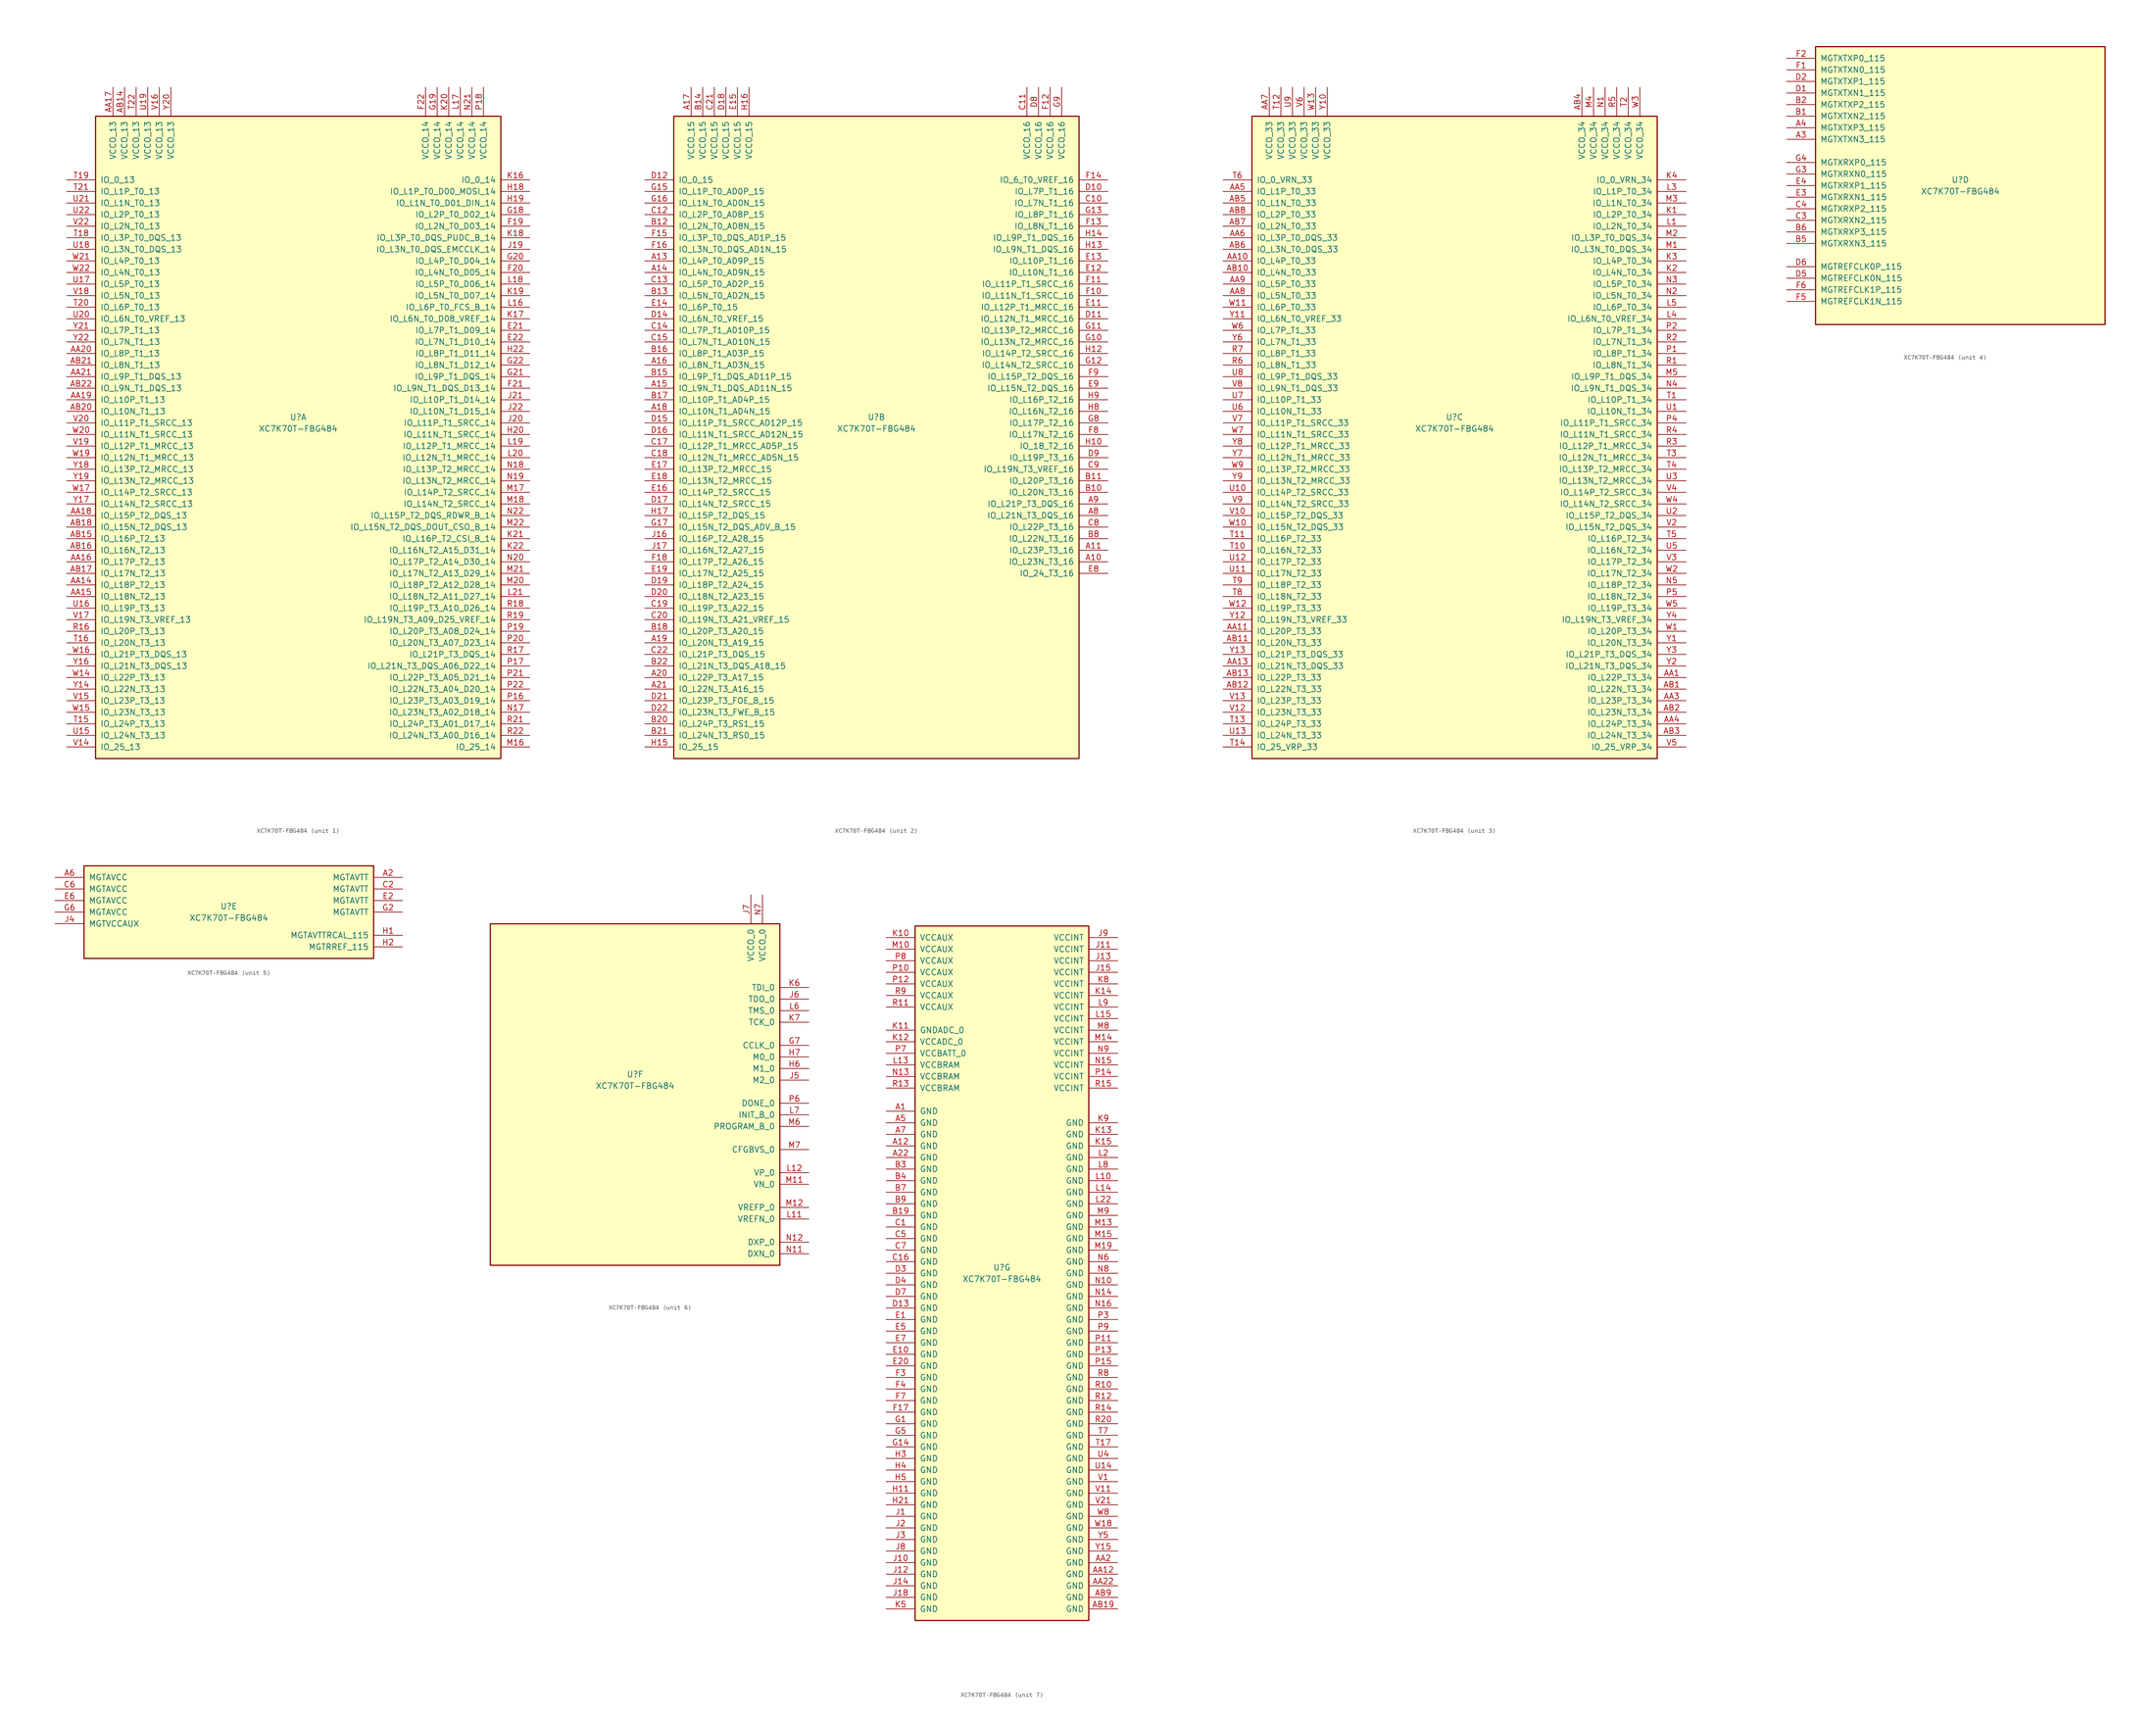
<source format=kicad_sym>
(kicad_symbol_lib
  (version 20211014)
  (generator kicad_symbol_editor)
  (symbol "XC7K70T-FBG484"
    (pin_names
      (offset 1.016))
    (property "Reference" "U"
      (at 0 1.27 0)
      (effects (font (size 1.27 1.27))))
    (property "Value" "XC7K70T-FBG484"
      (at 0 -1.27 0)
      (effects (font (size 1.27 1.27))))
    (property "Datasheet" ""
      (at 0 0 0)
      (effects (font (size 1.27 1.27))))
    (property "ki_locked" ""
      (at 0 0 0)
      (effects (font (size 1.27 1.27))))
    (symbol "XC7K70T-FBG484_1_1"
      (rectangle (start -44.45 67.31) (end 44.45 -73.66) (stroke (width 0.254) (type default) (color 0 0 0 0)) (fill (type background)))
      (pin bidirectional line (at -50.8 -35.56 0) (length 6.35) (name "IO_L18P_T2_13" (effects (font (size 1.27 1.27)))) (number "AA14" (effects (font (size 1.27 1.27)))))
      (pin bidirectional line (at -50.8 -38.1 0) (length 6.35) (name "IO_L18N_T2_13" (effects (font (size 1.27 1.27)))) (number "AA15" (effects (font (size 1.27 1.27)))))
      (pin bidirectional line (at -50.8 -30.48 0) (length 6.35) (name "IO_L17P_T2_13" (effects (font (size 1.27 1.27)))) (number "AA16" (effects (font (size 1.27 1.27)))))
      (pin power_in line (at -40.64 73.66 270) (length 6.35) (name "VCCO_13" (effects (font (size 1.27 1.27)))) (number "AA17" (effects (font (size 1.27 1.27)))))
      (pin bidirectional line (at -50.8 -20.32 0) (length 6.35) (name "IO_L15P_T2_DQS_13" (effects (font (size 1.27 1.27)))) (number "AA18" (effects (font (size 1.27 1.27)))))
      (pin bidirectional line (at -50.8 5.08 0) (length 6.35) (name "IO_L10P_T1_13" (effects (font (size 1.27 1.27)))) (number "AA19" (effects (font (size 1.27 1.27)))))
      (pin bidirectional line (at -50.8 15.24 0) (length 6.35) (name "IO_L8P_T1_13" (effects (font (size 1.27 1.27)))) (number "AA20" (effects (font (size 1.27 1.27)))))
      (pin bidirectional line (at -50.8 10.16 0) (length 6.35) (name "IO_L9P_T1_DQS_13" (effects (font (size 1.27 1.27)))) (number "AA21" (effects (font (size 1.27 1.27)))))
      (pin power_in line (at -38.1 73.66 270) (length 6.35) (name "VCCO_13" (effects (font (size 1.27 1.27)))) (number "AB14" (effects (font (size 1.27 1.27)))))
      (pin bidirectional line (at -50.8 -25.4 0) (length 6.35) (name "IO_L16P_T2_13" (effects (font (size 1.27 1.27)))) (number "AB15" (effects (font (size 1.27 1.27)))))
      (pin bidirectional line (at -50.8 -27.94 0) (length 6.35) (name "IO_L16N_T2_13" (effects (font (size 1.27 1.27)))) (number "AB16" (effects (font (size 1.27 1.27)))))
      (pin bidirectional line (at -50.8 -33.02 0) (length 6.35) (name "IO_L17N_T2_13" (effects (font (size 1.27 1.27)))) (number "AB17" (effects (font (size 1.27 1.27)))))
      (pin bidirectional line (at -50.8 -22.86 0) (length 6.35) (name "IO_L15N_T2_DQS_13" (effects (font (size 1.27 1.27)))) (number "AB18" (effects (font (size 1.27 1.27)))))
      (pin bidirectional line (at -50.8 2.54 0) (length 6.35) (name "IO_L10N_T1_13" (effects (font (size 1.27 1.27)))) (number "AB20" (effects (font (size 1.27 1.27)))))
      (pin bidirectional line (at -50.8 12.7 0) (length 6.35) (name "IO_L8N_T1_13" (effects (font (size 1.27 1.27)))) (number "AB21" (effects (font (size 1.27 1.27)))))
      (pin bidirectional line (at -50.8 7.62 0) (length 6.35) (name "IO_L9N_T1_DQS_13" (effects (font (size 1.27 1.27)))) (number "AB22" (effects (font (size 1.27 1.27)))))
      (pin bidirectional line (at 50.8 20.32 180) (length 6.35) (name "IO_L7P_T1_D09_14" (effects (font (size 1.27 1.27)))) (number "E21" (effects (font (size 1.27 1.27)))))
      (pin bidirectional line (at 50.8 17.78 180) (length 6.35) (name "IO_L7N_T1_D10_14" (effects (font (size 1.27 1.27)))) (number "E22" (effects (font (size 1.27 1.27)))))
      (pin bidirectional line (at 50.8 43.18 180) (length 6.35) (name "IO_L2N_T0_D03_14" (effects (font (size 1.27 1.27)))) (number "F19" (effects (font (size 1.27 1.27)))))
      (pin bidirectional line (at 50.8 33.02 180) (length 6.35) (name "IO_L4N_T0_D05_14" (effects (font (size 1.27 1.27)))) (number "F20" (effects (font (size 1.27 1.27)))))
      (pin bidirectional line (at 50.8 7.62 180) (length 6.35) (name "IO_L9N_T1_DQS_D13_14" (effects (font (size 1.27 1.27)))) (number "F21" (effects (font (size 1.27 1.27)))))
      (pin power_in line (at 27.94 73.66 270) (length 6.35) (name "VCCO_14" (effects (font (size 1.27 1.27)))) (number "F22" (effects (font (size 1.27 1.27)))))
      (pin bidirectional line (at 50.8 45.72 180) (length 6.35) (name "IO_L2P_T0_D02_14" (effects (font (size 1.27 1.27)))) (number "G18" (effects (font (size 1.27 1.27)))))
      (pin power_in line (at 30.48 73.66 270) (length 6.35) (name "VCCO_14" (effects (font (size 1.27 1.27)))) (number "G19" (effects (font (size 1.27 1.27)))))
      (pin bidirectional line (at 50.8 35.56 180) (length 6.35) (name "IO_L4P_T0_D04_14" (effects (font (size 1.27 1.27)))) (number "G20" (effects (font (size 1.27 1.27)))))
      (pin bidirectional line (at 50.8 10.16 180) (length 6.35) (name "IO_L9P_T1_DQS_14" (effects (font (size 1.27 1.27)))) (number "G21" (effects (font (size 1.27 1.27)))))
      (pin bidirectional line (at 50.8 12.7 180) (length 6.35) (name "IO_L8N_T1_D12_14" (effects (font (size 1.27 1.27)))) (number "G22" (effects (font (size 1.27 1.27)))))
      (pin bidirectional line (at 50.8 50.8 180) (length 6.35) (name "IO_L1P_T0_D00_MOSI_14" (effects (font (size 1.27 1.27)))) (number "H18" (effects (font (size 1.27 1.27)))))
      (pin bidirectional line (at 50.8 48.26 180) (length 6.35) (name "IO_L1N_T0_D01_DIN_14" (effects (font (size 1.27 1.27)))) (number "H19" (effects (font (size 1.27 1.27)))))
      (pin bidirectional line (at 50.8 -2.54 180) (length 6.35) (name "IO_L11N_T1_SRCC_14" (effects (font (size 1.27 1.27)))) (number "H20" (effects (font (size 1.27 1.27)))))
      (pin bidirectional line (at 50.8 15.24 180) (length 6.35) (name "IO_L8P_T1_D11_14" (effects (font (size 1.27 1.27)))) (number "H22" (effects (font (size 1.27 1.27)))))
      (pin bidirectional line (at 50.8 38.1 180) (length 6.35) (name "IO_L3N_T0_DQS_EMCCLK_14" (effects (font (size 1.27 1.27)))) (number "J19" (effects (font (size 1.27 1.27)))))
      (pin bidirectional line (at 50.8 0 180) (length 6.35) (name "IO_L11P_T1_SRCC_14" (effects (font (size 1.27 1.27)))) (number "J20" (effects (font (size 1.27 1.27)))))
      (pin bidirectional line (at 50.8 5.08 180) (length 6.35) (name "IO_L10P_T1_D14_14" (effects (font (size 1.27 1.27)))) (number "J21" (effects (font (size 1.27 1.27)))))
      (pin bidirectional line (at 50.8 2.54 180) (length 6.35) (name "IO_L10N_T1_D15_14" (effects (font (size 1.27 1.27)))) (number "J22" (effects (font (size 1.27 1.27)))))
      (pin bidirectional line (at 50.8 53.34 180) (length 6.35) (name "IO_0_14" (effects (font (size 1.27 1.27)))) (number "K16" (effects (font (size 1.27 1.27)))))
      (pin bidirectional line (at 50.8 22.86 180) (length 6.35) (name "IO_L6N_T0_D08_VREF_14" (effects (font (size 1.27 1.27)))) (number "K17" (effects (font (size 1.27 1.27)))))
      (pin bidirectional line (at 50.8 40.64 180) (length 6.35) (name "IO_L3P_T0_DQS_PUDC_B_14" (effects (font (size 1.27 1.27)))) (number "K18" (effects (font (size 1.27 1.27)))))
      (pin bidirectional line (at 50.8 27.94 180) (length 6.35) (name "IO_L5N_T0_D07_14" (effects (font (size 1.27 1.27)))) (number "K19" (effects (font (size 1.27 1.27)))))
      (pin power_in line (at 33.02 73.66 270) (length 6.35) (name "VCCO_14" (effects (font (size 1.27 1.27)))) (number "K20" (effects (font (size 1.27 1.27)))))
      (pin bidirectional line (at 50.8 -25.4 180) (length 6.35) (name "IO_L16P_T2_CSI_B_14" (effects (font (size 1.27 1.27)))) (number "K21" (effects (font (size 1.27 1.27)))))
      (pin bidirectional line (at 50.8 -27.94 180) (length 6.35) (name "IO_L16N_T2_A15_D31_14" (effects (font (size 1.27 1.27)))) (number "K22" (effects (font (size 1.27 1.27)))))
      (pin bidirectional line (at 50.8 25.4 180) (length 6.35) (name "IO_L6P_T0_FCS_B_14" (effects (font (size 1.27 1.27)))) (number "L16" (effects (font (size 1.27 1.27)))))
      (pin power_in line (at 35.56 73.66 270) (length 6.35) (name "VCCO_14" (effects (font (size 1.27 1.27)))) (number "L17" (effects (font (size 1.27 1.27)))))
      (pin bidirectional line (at 50.8 30.48 180) (length 6.35) (name "IO_L5P_T0_D06_14" (effects (font (size 1.27 1.27)))) (number "L18" (effects (font (size 1.27 1.27)))))
      (pin bidirectional line (at 50.8 -5.08 180) (length 6.35) (name "IO_L12P_T1_MRCC_14" (effects (font (size 1.27 1.27)))) (number "L19" (effects (font (size 1.27 1.27)))))
      (pin bidirectional line (at 50.8 -7.62 180) (length 6.35) (name "IO_L12N_T1_MRCC_14" (effects (font (size 1.27 1.27)))) (number "L20" (effects (font (size 1.27 1.27)))))
      (pin bidirectional line (at 50.8 -38.1 180) (length 6.35) (name "IO_L18N_T2_A11_D27_14" (effects (font (size 1.27 1.27)))) (number "L21" (effects (font (size 1.27 1.27)))))
      (pin bidirectional line (at 50.8 -71.12 180) (length 6.35) (name "IO_25_14" (effects (font (size 1.27 1.27)))) (number "M16" (effects (font (size 1.27 1.27)))))
      (pin bidirectional line (at 50.8 -15.24 180) (length 6.35) (name "IO_L14P_T2_SRCC_14" (effects (font (size 1.27 1.27)))) (number "M17" (effects (font (size 1.27 1.27)))))
      (pin bidirectional line (at 50.8 -17.78 180) (length 6.35) (name "IO_L14N_T2_SRCC_14" (effects (font (size 1.27 1.27)))) (number "M18" (effects (font (size 1.27 1.27)))))
      (pin bidirectional line (at 50.8 -35.56 180) (length 6.35) (name "IO_L18P_T2_A12_D28_14" (effects (font (size 1.27 1.27)))) (number "M20" (effects (font (size 1.27 1.27)))))
      (pin bidirectional line (at 50.8 -33.02 180) (length 6.35) (name "IO_L17N_T2_A13_D29_14" (effects (font (size 1.27 1.27)))) (number "M21" (effects (font (size 1.27 1.27)))))
      (pin bidirectional line (at 50.8 -22.86 180) (length 6.35) (name "IO_L15N_T2_DQS_DOUT_CSO_B_14" (effects (font (size 1.27 1.27)))) (number "M22" (effects (font (size 1.27 1.27)))))
      (pin bidirectional line (at 50.8 -63.5 180) (length 6.35) (name "IO_L23N_T3_A02_D18_14" (effects (font (size 1.27 1.27)))) (number "N17" (effects (font (size 1.27 1.27)))))
      (pin bidirectional line (at 50.8 -10.16 180) (length 6.35) (name "IO_L13P_T2_MRCC_14" (effects (font (size 1.27 1.27)))) (number "N18" (effects (font (size 1.27 1.27)))))
      (pin bidirectional line (at 50.8 -12.7 180) (length 6.35) (name "IO_L13N_T2_MRCC_14" (effects (font (size 1.27 1.27)))) (number "N19" (effects (font (size 1.27 1.27)))))
      (pin bidirectional line (at 50.8 -30.48 180) (length 6.35) (name "IO_L17P_T2_A14_D30_14" (effects (font (size 1.27 1.27)))) (number "N20" (effects (font (size 1.27 1.27)))))
      (pin power_in line (at 38.1 73.66 270) (length 6.35) (name "VCCO_14" (effects (font (size 1.27 1.27)))) (number "N21" (effects (font (size 1.27 1.27)))))
      (pin bidirectional line (at 50.8 -20.32 180) (length 6.35) (name "IO_L15P_T2_DQS_RDWR_B_14" (effects (font (size 1.27 1.27)))) (number "N22" (effects (font (size 1.27 1.27)))))
      (pin bidirectional line (at 50.8 -60.96 180) (length 6.35) (name "IO_L23P_T3_A03_D19_14" (effects (font (size 1.27 1.27)))) (number "P16" (effects (font (size 1.27 1.27)))))
      (pin bidirectional line (at 50.8 -53.34 180) (length 6.35) (name "IO_L21N_T3_DQS_A06_D22_14" (effects (font (size 1.27 1.27)))) (number "P17" (effects (font (size 1.27 1.27)))))
      (pin power_in line (at 40.64 73.66 270) (length 6.35) (name "VCCO_14" (effects (font (size 1.27 1.27)))) (number "P18" (effects (font (size 1.27 1.27)))))
      (pin bidirectional line (at 50.8 -45.72 180) (length 6.35) (name "IO_L20P_T3_A08_D24_14" (effects (font (size 1.27 1.27)))) (number "P19" (effects (font (size 1.27 1.27)))))
      (pin bidirectional line (at 50.8 -48.26 180) (length 6.35) (name "IO_L20N_T3_A07_D23_14" (effects (font (size 1.27 1.27)))) (number "P20" (effects (font (size 1.27 1.27)))))
      (pin bidirectional line (at 50.8 -55.88 180) (length 6.35) (name "IO_L22P_T3_A05_D21_14" (effects (font (size 1.27 1.27)))) (number "P21" (effects (font (size 1.27 1.27)))))
      (pin bidirectional line (at 50.8 -58.42 180) (length 6.35) (name "IO_L22N_T3_A04_D20_14" (effects (font (size 1.27 1.27)))) (number "P22" (effects (font (size 1.27 1.27)))))
      (pin bidirectional line (at -50.8 -45.72 0) (length 6.35) (name "IO_L20P_T3_13" (effects (font (size 1.27 1.27)))) (number "R16" (effects (font (size 1.27 1.27)))))
      (pin bidirectional line (at 50.8 -50.8 180) (length 6.35) (name "IO_L21P_T3_DQS_14" (effects (font (size 1.27 1.27)))) (number "R17" (effects (font (size 1.27 1.27)))))
      (pin bidirectional line (at 50.8 -40.64 180) (length 6.35) (name "IO_L19P_T3_A10_D26_14" (effects (font (size 1.27 1.27)))) (number "R18" (effects (font (size 1.27 1.27)))))
      (pin bidirectional line (at 50.8 -43.18 180) (length 6.35) (name "IO_L19N_T3_A09_D25_VREF_14" (effects (font (size 1.27 1.27)))) (number "R19" (effects (font (size 1.27 1.27)))))
      (pin bidirectional line (at 50.8 -66.04 180) (length 6.35) (name "IO_L24P_T3_A01_D17_14" (effects (font (size 1.27 1.27)))) (number "R21" (effects (font (size 1.27 1.27)))))
      (pin bidirectional line (at 50.8 -68.58 180) (length 6.35) (name "IO_L24N_T3_A00_D16_14" (effects (font (size 1.27 1.27)))) (number "R22" (effects (font (size 1.27 1.27)))))
      (pin bidirectional line (at -50.8 -66.04 0) (length 6.35) (name "IO_L24P_T3_13" (effects (font (size 1.27 1.27)))) (number "T15" (effects (font (size 1.27 1.27)))))
      (pin bidirectional line (at -50.8 -48.26 0) (length 6.35) (name "IO_L20N_T3_13" (effects (font (size 1.27 1.27)))) (number "T16" (effects (font (size 1.27 1.27)))))
      (pin bidirectional line (at -50.8 40.64 0) (length 6.35) (name "IO_L3P_T0_DQS_13" (effects (font (size 1.27 1.27)))) (number "T18" (effects (font (size 1.27 1.27)))))
      (pin bidirectional line (at -50.8 53.34 0) (length 6.35) (name "IO_0_13" (effects (font (size 1.27 1.27)))) (number "T19" (effects (font (size 1.27 1.27)))))
      (pin bidirectional line (at -50.8 25.4 0) (length 6.35) (name "IO_L6P_T0_13" (effects (font (size 1.27 1.27)))) (number "T20" (effects (font (size 1.27 1.27)))))
      (pin bidirectional line (at -50.8 50.8 0) (length 6.35) (name "IO_L1P_T0_13" (effects (font (size 1.27 1.27)))) (number "T21" (effects (font (size 1.27 1.27)))))
      (pin power_in line (at -35.56 73.66 270) (length 6.35) (name "VCCO_13" (effects (font (size 1.27 1.27)))) (number "T22" (effects (font (size 1.27 1.27)))))
      (pin bidirectional line (at -50.8 -68.58 0) (length 6.35) (name "IO_L24N_T3_13" (effects (font (size 1.27 1.27)))) (number "U15" (effects (font (size 1.27 1.27)))))
      (pin bidirectional line (at -50.8 -40.64 0) (length 6.35) (name "IO_L19P_T3_13" (effects (font (size 1.27 1.27)))) (number "U16" (effects (font (size 1.27 1.27)))))
      (pin bidirectional line (at -50.8 30.48 0) (length 6.35) (name "IO_L5P_T0_13" (effects (font (size 1.27 1.27)))) (number "U17" (effects (font (size 1.27 1.27)))))
      (pin bidirectional line (at -50.8 38.1 0) (length 6.35) (name "IO_L3N_T0_DQS_13" (effects (font (size 1.27 1.27)))) (number "U18" (effects (font (size 1.27 1.27)))))
      (pin power_in line (at -33.02 73.66 270) (length 6.35) (name "VCCO_13" (effects (font (size 1.27 1.27)))) (number "U19" (effects (font (size 1.27 1.27)))))
      (pin bidirectional line (at -50.8 22.86 0) (length 6.35) (name "IO_L6N_T0_VREF_13" (effects (font (size 1.27 1.27)))) (number "U20" (effects (font (size 1.27 1.27)))))
      (pin bidirectional line (at -50.8 48.26 0) (length 6.35) (name "IO_L1N_T0_13" (effects (font (size 1.27 1.27)))) (number "U21" (effects (font (size 1.27 1.27)))))
      (pin bidirectional line (at -50.8 45.72 0) (length 6.35) (name "IO_L2P_T0_13" (effects (font (size 1.27 1.27)))) (number "U22" (effects (font (size 1.27 1.27)))))
      (pin bidirectional line (at -50.8 -71.12 0) (length 6.35) (name "IO_25_13" (effects (font (size 1.27 1.27)))) (number "V14" (effects (font (size 1.27 1.27)))))
      (pin bidirectional line (at -50.8 -60.96 0) (length 6.35) (name "IO_L23P_T3_13" (effects (font (size 1.27 1.27)))) (number "V15" (effects (font (size 1.27 1.27)))))
      (pin power_in line (at -30.48 73.66 270) (length 6.35) (name "VCCO_13" (effects (font (size 1.27 1.27)))) (number "V16" (effects (font (size 1.27 1.27)))))
      (pin bidirectional line (at -50.8 -43.18 0) (length 6.35) (name "IO_L19N_T3_VREF_13" (effects (font (size 1.27 1.27)))) (number "V17" (effects (font (size 1.27 1.27)))))
      (pin bidirectional line (at -50.8 27.94 0) (length 6.35) (name "IO_L5N_T0_13" (effects (font (size 1.27 1.27)))) (number "V18" (effects (font (size 1.27 1.27)))))
      (pin bidirectional line (at -50.8 -5.08 0) (length 6.35) (name "IO_L12P_T1_MRCC_13" (effects (font (size 1.27 1.27)))) (number "V19" (effects (font (size 1.27 1.27)))))
      (pin bidirectional line (at -50.8 0 0) (length 6.35) (name "IO_L11P_T1_SRCC_13" (effects (font (size 1.27 1.27)))) (number "V20" (effects (font (size 1.27 1.27)))))
      (pin bidirectional line (at -50.8 43.18 0) (length 6.35) (name "IO_L2N_T0_13" (effects (font (size 1.27 1.27)))) (number "V22" (effects (font (size 1.27 1.27)))))
      (pin bidirectional line (at -50.8 -55.88 0) (length 6.35) (name "IO_L22P_T3_13" (effects (font (size 1.27 1.27)))) (number "W14" (effects (font (size 1.27 1.27)))))
      (pin bidirectional line (at -50.8 -63.5 0) (length 6.35) (name "IO_L23N_T3_13" (effects (font (size 1.27 1.27)))) (number "W15" (effects (font (size 1.27 1.27)))))
      (pin bidirectional line (at -50.8 -50.8 0) (length 6.35) (name "IO_L21P_T3_DQS_13" (effects (font (size 1.27 1.27)))) (number "W16" (effects (font (size 1.27 1.27)))))
      (pin bidirectional line (at -50.8 -15.24 0) (length 6.35) (name "IO_L14P_T2_SRCC_13" (effects (font (size 1.27 1.27)))) (number "W17" (effects (font (size 1.27 1.27)))))
      (pin bidirectional line (at -50.8 -7.62 0) (length 6.35) (name "IO_L12N_T1_MRCC_13" (effects (font (size 1.27 1.27)))) (number "W19" (effects (font (size 1.27 1.27)))))
      (pin bidirectional line (at -50.8 -2.54 0) (length 6.35) (name "IO_L11N_T1_SRCC_13" (effects (font (size 1.27 1.27)))) (number "W20" (effects (font (size 1.27 1.27)))))
      (pin bidirectional line (at -50.8 35.56 0) (length 6.35) (name "IO_L4P_T0_13" (effects (font (size 1.27 1.27)))) (number "W21" (effects (font (size 1.27 1.27)))))
      (pin bidirectional line (at -50.8 33.02 0) (length 6.35) (name "IO_L4N_T0_13" (effects (font (size 1.27 1.27)))) (number "W22" (effects (font (size 1.27 1.27)))))
      (pin bidirectional line (at -50.8 -58.42 0) (length 6.35) (name "IO_L22N_T3_13" (effects (font (size 1.27 1.27)))) (number "Y14" (effects (font (size 1.27 1.27)))))
      (pin bidirectional line (at -50.8 -53.34 0) (length 6.35) (name "IO_L21N_T3_DQS_13" (effects (font (size 1.27 1.27)))) (number "Y16" (effects (font (size 1.27 1.27)))))
      (pin bidirectional line (at -50.8 -17.78 0) (length 6.35) (name "IO_L14N_T2_SRCC_13" (effects (font (size 1.27 1.27)))) (number "Y17" (effects (font (size 1.27 1.27)))))
      (pin bidirectional line (at -50.8 -10.16 0) (length 6.35) (name "IO_L13P_T2_MRCC_13" (effects (font (size 1.27 1.27)))) (number "Y18" (effects (font (size 1.27 1.27)))))
      (pin bidirectional line (at -50.8 -12.7 0) (length 6.35) (name "IO_L13N_T2_MRCC_13" (effects (font (size 1.27 1.27)))) (number "Y19" (effects (font (size 1.27 1.27)))))
      (pin power_in line (at -27.94 73.66 270) (length 6.35) (name "VCCO_13" (effects (font (size 1.27 1.27)))) (number "Y20" (effects (font (size 1.27 1.27)))))
      (pin bidirectional line (at -50.8 20.32 0) (length 6.35) (name "IO_L7P_T1_13" (effects (font (size 1.27 1.27)))) (number "Y21" (effects (font (size 1.27 1.27)))))
      (pin bidirectional line (at -50.8 17.78 0) (length 6.35) (name "IO_L7N_T1_13" (effects (font (size 1.27 1.27)))) (number "Y22" (effects (font (size 1.27 1.27))))))
    (symbol "XC7K70T-FBG484_2_1"
      (rectangle (start -44.45 67.31) (end 44.45 -73.66) (stroke (width 0.254) (type default) (color 0 0 0 0)) (fill (type background)))
      (pin bidirectional line (at 50.8 -30.48 180) (length 6.35) (name "IO_L23N_T3_16" (effects (font (size 1.27 1.27)))) (number "A10" (effects (font (size 1.27 1.27)))))
      (pin bidirectional line (at 50.8 -27.94 180) (length 6.35) (name "IO_L23P_T3_16" (effects (font (size 1.27 1.27)))) (number "A11" (effects (font (size 1.27 1.27)))))
      (pin bidirectional line (at -50.8 35.56 0) (length 6.35) (name "IO_L4P_T0_AD9P_15" (effects (font (size 1.27 1.27)))) (number "A13" (effects (font (size 1.27 1.27)))))
      (pin bidirectional line (at -50.8 33.02 0) (length 6.35) (name "IO_L4N_T0_AD9N_15" (effects (font (size 1.27 1.27)))) (number "A14" (effects (font (size 1.27 1.27)))))
      (pin bidirectional line (at -50.8 7.62 0) (length 6.35) (name "IO_L9N_T1_DQS_AD11N_15" (effects (font (size 1.27 1.27)))) (number "A15" (effects (font (size 1.27 1.27)))))
      (pin bidirectional line (at -50.8 12.7 0) (length 6.35) (name "IO_L8N_T1_AD3N_15" (effects (font (size 1.27 1.27)))) (number "A16" (effects (font (size 1.27 1.27)))))
      (pin power_in line (at -40.64 73.66 270) (length 6.35) (name "VCCO_15" (effects (font (size 1.27 1.27)))) (number "A17" (effects (font (size 1.27 1.27)))))
      (pin bidirectional line (at -50.8 2.54 0) (length 6.35) (name "IO_L10N_T1_AD4N_15" (effects (font (size 1.27 1.27)))) (number "A18" (effects (font (size 1.27 1.27)))))
      (pin bidirectional line (at -50.8 -48.26 0) (length 6.35) (name "IO_L20N_T3_A19_15" (effects (font (size 1.27 1.27)))) (number "A19" (effects (font (size 1.27 1.27)))))
      (pin bidirectional line (at -50.8 -55.88 0) (length 6.35) (name "IO_L22P_T3_A17_15" (effects (font (size 1.27 1.27)))) (number "A20" (effects (font (size 1.27 1.27)))))
      (pin bidirectional line (at -50.8 -58.42 0) (length 6.35) (name "IO_L22N_T3_A16_15" (effects (font (size 1.27 1.27)))) (number "A21" (effects (font (size 1.27 1.27)))))
      (pin bidirectional line (at 50.8 -20.32 180) (length 6.35) (name "IO_L21N_T3_DQS_16" (effects (font (size 1.27 1.27)))) (number "A8" (effects (font (size 1.27 1.27)))))
      (pin bidirectional line (at 50.8 -17.78 180) (length 6.35) (name "IO_L21P_T3_DQS_16" (effects (font (size 1.27 1.27)))) (number "A9" (effects (font (size 1.27 1.27)))))
      (pin bidirectional line (at 50.8 -15.24 180) (length 6.35) (name "IO_L20N_T3_16" (effects (font (size 1.27 1.27)))) (number "B10" (effects (font (size 1.27 1.27)))))
      (pin bidirectional line (at 50.8 -12.7 180) (length 6.35) (name "IO_L20P_T3_16" (effects (font (size 1.27 1.27)))) (number "B11" (effects (font (size 1.27 1.27)))))
      (pin bidirectional line (at -50.8 43.18 0) (length 6.35) (name "IO_L2N_T0_AD8N_15" (effects (font (size 1.27 1.27)))) (number "B12" (effects (font (size 1.27 1.27)))))
      (pin bidirectional line (at -50.8 27.94 0) (length 6.35) (name "IO_L5N_T0_AD2N_15" (effects (font (size 1.27 1.27)))) (number "B13" (effects (font (size 1.27 1.27)))))
      (pin power_in line (at -38.1 73.66 270) (length 6.35) (name "VCCO_15" (effects (font (size 1.27 1.27)))) (number "B14" (effects (font (size 1.27 1.27)))))
      (pin bidirectional line (at -50.8 10.16 0) (length 6.35) (name "IO_L9P_T1_DQS_AD11P_15" (effects (font (size 1.27 1.27)))) (number "B15" (effects (font (size 1.27 1.27)))))
      (pin bidirectional line (at -50.8 15.24 0) (length 6.35) (name "IO_L8P_T1_AD3P_15" (effects (font (size 1.27 1.27)))) (number "B16" (effects (font (size 1.27 1.27)))))
      (pin bidirectional line (at -50.8 5.08 0) (length 6.35) (name "IO_L10P_T1_AD4P_15" (effects (font (size 1.27 1.27)))) (number "B17" (effects (font (size 1.27 1.27)))))
      (pin bidirectional line (at -50.8 -45.72 0) (length 6.35) (name "IO_L20P_T3_A20_15" (effects (font (size 1.27 1.27)))) (number "B18" (effects (font (size 1.27 1.27)))))
      (pin bidirectional line (at -50.8 -66.04 0) (length 6.35) (name "IO_L24P_T3_RS1_15" (effects (font (size 1.27 1.27)))) (number "B20" (effects (font (size 1.27 1.27)))))
      (pin bidirectional line (at -50.8 -68.58 0) (length 6.35) (name "IO_L24N_T3_RS0_15" (effects (font (size 1.27 1.27)))) (number "B21" (effects (font (size 1.27 1.27)))))
      (pin bidirectional line (at -50.8 -53.34 0) (length 6.35) (name "IO_L21N_T3_DQS_A18_15" (effects (font (size 1.27 1.27)))) (number "B22" (effects (font (size 1.27 1.27)))))
      (pin bidirectional line (at 50.8 -25.4 180) (length 6.35) (name "IO_L22N_T3_16" (effects (font (size 1.27 1.27)))) (number "B8" (effects (font (size 1.27 1.27)))))
      (pin bidirectional line (at 50.8 48.26 180) (length 6.35) (name "IO_L7N_T1_16" (effects (font (size 1.27 1.27)))) (number "C10" (effects (font (size 1.27 1.27)))))
      (pin power_in line (at 33.02 73.66 270) (length 6.35) (name "VCCO_16" (effects (font (size 1.27 1.27)))) (number "C11" (effects (font (size 1.27 1.27)))))
      (pin bidirectional line (at -50.8 45.72 0) (length 6.35) (name "IO_L2P_T0_AD8P_15" (effects (font (size 1.27 1.27)))) (number "C12" (effects (font (size 1.27 1.27)))))
      (pin bidirectional line (at -50.8 30.48 0) (length 6.35) (name "IO_L5P_T0_AD2P_15" (effects (font (size 1.27 1.27)))) (number "C13" (effects (font (size 1.27 1.27)))))
      (pin bidirectional line (at -50.8 20.32 0) (length 6.35) (name "IO_L7P_T1_AD10P_15" (effects (font (size 1.27 1.27)))) (number "C14" (effects (font (size 1.27 1.27)))))
      (pin bidirectional line (at -50.8 17.78 0) (length 6.35) (name "IO_L7N_T1_AD10N_15" (effects (font (size 1.27 1.27)))) (number "C15" (effects (font (size 1.27 1.27)))))
      (pin bidirectional line (at -50.8 -5.08 0) (length 6.35) (name "IO_L12P_T1_MRCC_AD5P_15" (effects (font (size 1.27 1.27)))) (number "C17" (effects (font (size 1.27 1.27)))))
      (pin bidirectional line (at -50.8 -7.62 0) (length 6.35) (name "IO_L12N_T1_MRCC_AD5N_15" (effects (font (size 1.27 1.27)))) (number "C18" (effects (font (size 1.27 1.27)))))
      (pin bidirectional line (at -50.8 -40.64 0) (length 6.35) (name "IO_L19P_T3_A22_15" (effects (font (size 1.27 1.27)))) (number "C19" (effects (font (size 1.27 1.27)))))
      (pin bidirectional line (at -50.8 -43.18 0) (length 6.35) (name "IO_L19N_T3_A21_VREF_15" (effects (font (size 1.27 1.27)))) (number "C20" (effects (font (size 1.27 1.27)))))
      (pin power_in line (at -35.56 73.66 270) (length 6.35) (name "VCCO_15" (effects (font (size 1.27 1.27)))) (number "C21" (effects (font (size 1.27 1.27)))))
      (pin bidirectional line (at -50.8 -50.8 0) (length 6.35) (name "IO_L21P_T3_DQS_15" (effects (font (size 1.27 1.27)))) (number "C22" (effects (font (size 1.27 1.27)))))
      (pin bidirectional line (at 50.8 -22.86 180) (length 6.35) (name "IO_L22P_T3_16" (effects (font (size 1.27 1.27)))) (number "C8" (effects (font (size 1.27 1.27)))))
      (pin bidirectional line (at 50.8 -10.16 180) (length 6.35) (name "IO_L19N_T3_VREF_16" (effects (font (size 1.27 1.27)))) (number "C9" (effects (font (size 1.27 1.27)))))
      (pin bidirectional line (at 50.8 50.8 180) (length 6.35) (name "IO_L7P_T1_16" (effects (font (size 1.27 1.27)))) (number "D10" (effects (font (size 1.27 1.27)))))
      (pin bidirectional line (at 50.8 22.86 180) (length 6.35) (name "IO_L12N_T1_MRCC_16" (effects (font (size 1.27 1.27)))) (number "D11" (effects (font (size 1.27 1.27)))))
      (pin bidirectional line (at -50.8 53.34 0) (length 6.35) (name "IO_0_15" (effects (font (size 1.27 1.27)))) (number "D12" (effects (font (size 1.27 1.27)))))
      (pin bidirectional line (at -50.8 22.86 0) (length 6.35) (name "IO_L6N_T0_VREF_15" (effects (font (size 1.27 1.27)))) (number "D14" (effects (font (size 1.27 1.27)))))
      (pin bidirectional line (at -50.8 0 0) (length 6.35) (name "IO_L11P_T1_SRCC_AD12P_15" (effects (font (size 1.27 1.27)))) (number "D15" (effects (font (size 1.27 1.27)))))
      (pin bidirectional line (at -50.8 -2.54 0) (length 6.35) (name "IO_L11N_T1_SRCC_AD12N_15" (effects (font (size 1.27 1.27)))) (number "D16" (effects (font (size 1.27 1.27)))))
      (pin bidirectional line (at -50.8 -17.78 0) (length 6.35) (name "IO_L14N_T2_SRCC_15" (effects (font (size 1.27 1.27)))) (number "D17" (effects (font (size 1.27 1.27)))))
      (pin power_in line (at -33.02 73.66 270) (length 6.35) (name "VCCO_15" (effects (font (size 1.27 1.27)))) (number "D18" (effects (font (size 1.27 1.27)))))
      (pin bidirectional line (at -50.8 -35.56 0) (length 6.35) (name "IO_L18P_T2_A24_15" (effects (font (size 1.27 1.27)))) (number "D19" (effects (font (size 1.27 1.27)))))
      (pin bidirectional line (at -50.8 -38.1 0) (length 6.35) (name "IO_L18N_T2_A23_15" (effects (font (size 1.27 1.27)))) (number "D20" (effects (font (size 1.27 1.27)))))
      (pin bidirectional line (at -50.8 -60.96 0) (length 6.35) (name "IO_L23P_T3_FOE_B_15" (effects (font (size 1.27 1.27)))) (number "D21" (effects (font (size 1.27 1.27)))))
      (pin bidirectional line (at -50.8 -63.5 0) (length 6.35) (name "IO_L23N_T3_FWE_B_15" (effects (font (size 1.27 1.27)))) (number "D22" (effects (font (size 1.27 1.27)))))
      (pin power_in line (at 35.56 73.66 270) (length 6.35) (name "VCCO_16" (effects (font (size 1.27 1.27)))) (number "D8" (effects (font (size 1.27 1.27)))))
      (pin bidirectional line (at 50.8 -7.62 180) (length 6.35) (name "IO_L19P_T3_16" (effects (font (size 1.27 1.27)))) (number "D9" (effects (font (size 1.27 1.27)))))
      (pin bidirectional line (at 50.8 25.4 180) (length 6.35) (name "IO_L12P_T1_MRCC_16" (effects (font (size 1.27 1.27)))) (number "E11" (effects (font (size 1.27 1.27)))))
      (pin bidirectional line (at 50.8 33.02 180) (length 6.35) (name "IO_L10N_T1_16" (effects (font (size 1.27 1.27)))) (number "E12" (effects (font (size 1.27 1.27)))))
      (pin bidirectional line (at 50.8 35.56 180) (length 6.35) (name "IO_L10P_T1_16" (effects (font (size 1.27 1.27)))) (number "E13" (effects (font (size 1.27 1.27)))))
      (pin bidirectional line (at -50.8 25.4 0) (length 6.35) (name "IO_L6P_T0_15" (effects (font (size 1.27 1.27)))) (number "E14" (effects (font (size 1.27 1.27)))))
      (pin power_in line (at -30.48 73.66 270) (length 6.35) (name "VCCO_15" (effects (font (size 1.27 1.27)))) (number "E15" (effects (font (size 1.27 1.27)))))
      (pin bidirectional line (at -50.8 -15.24 0) (length 6.35) (name "IO_L14P_T2_SRCC_15" (effects (font (size 1.27 1.27)))) (number "E16" (effects (font (size 1.27 1.27)))))
      (pin bidirectional line (at -50.8 -10.16 0) (length 6.35) (name "IO_L13P_T2_MRCC_15" (effects (font (size 1.27 1.27)))) (number "E17" (effects (font (size 1.27 1.27)))))
      (pin bidirectional line (at -50.8 -12.7 0) (length 6.35) (name "IO_L13N_T2_MRCC_15" (effects (font (size 1.27 1.27)))) (number "E18" (effects (font (size 1.27 1.27)))))
      (pin bidirectional line (at -50.8 -33.02 0) (length 6.35) (name "IO_L17N_T2_A25_15" (effects (font (size 1.27 1.27)))) (number "E19" (effects (font (size 1.27 1.27)))))
      (pin bidirectional line (at 50.8 -33.02 180) (length 6.35) (name "IO_24_T3_16" (effects (font (size 1.27 1.27)))) (number "E8" (effects (font (size 1.27 1.27)))))
      (pin bidirectional line (at 50.8 7.62 180) (length 6.35) (name "IO_L15N_T2_DQS_16" (effects (font (size 1.27 1.27)))) (number "E9" (effects (font (size 1.27 1.27)))))
      (pin bidirectional line (at 50.8 27.94 180) (length 6.35) (name "IO_L11N_T1_SRCC_16" (effects (font (size 1.27 1.27)))) (number "F10" (effects (font (size 1.27 1.27)))))
      (pin bidirectional line (at 50.8 30.48 180) (length 6.35) (name "IO_L11P_T1_SRCC_16" (effects (font (size 1.27 1.27)))) (number "F11" (effects (font (size 1.27 1.27)))))
      (pin power_in line (at 38.1 73.66 270) (length 6.35) (name "VCCO_16" (effects (font (size 1.27 1.27)))) (number "F12" (effects (font (size 1.27 1.27)))))
      (pin bidirectional line (at 50.8 43.18 180) (length 6.35) (name "IO_L8N_T1_16" (effects (font (size 1.27 1.27)))) (number "F13" (effects (font (size 1.27 1.27)))))
      (pin bidirectional line (at 50.8 53.34 180) (length 6.35) (name "IO_6_T0_VREF_16" (effects (font (size 1.27 1.27)))) (number "F14" (effects (font (size 1.27 1.27)))))
      (pin bidirectional line (at -50.8 40.64 0) (length 6.35) (name "IO_L3P_T0_DQS_AD1P_15" (effects (font (size 1.27 1.27)))) (number "F15" (effects (font (size 1.27 1.27)))))
      (pin bidirectional line (at -50.8 38.1 0) (length 6.35) (name "IO_L3N_T0_DQS_AD1N_15" (effects (font (size 1.27 1.27)))) (number "F16" (effects (font (size 1.27 1.27)))))
      (pin bidirectional line (at -50.8 -30.48 0) (length 6.35) (name "IO_L17P_T2_A26_15" (effects (font (size 1.27 1.27)))) (number "F18" (effects (font (size 1.27 1.27)))))
      (pin bidirectional line (at 50.8 -2.54 180) (length 6.35) (name "IO_L17N_T2_16" (effects (font (size 1.27 1.27)))) (number "F8" (effects (font (size 1.27 1.27)))))
      (pin bidirectional line (at 50.8 10.16 180) (length 6.35) (name "IO_L15P_T2_DQS_16" (effects (font (size 1.27 1.27)))) (number "F9" (effects (font (size 1.27 1.27)))))
      (pin bidirectional line (at 50.8 17.78 180) (length 6.35) (name "IO_L13N_T2_MRCC_16" (effects (font (size 1.27 1.27)))) (number "G10" (effects (font (size 1.27 1.27)))))
      (pin bidirectional line (at 50.8 20.32 180) (length 6.35) (name "IO_L13P_T2_MRCC_16" (effects (font (size 1.27 1.27)))) (number "G11" (effects (font (size 1.27 1.27)))))
      (pin bidirectional line (at 50.8 12.7 180) (length 6.35) (name "IO_L14N_T2_SRCC_16" (effects (font (size 1.27 1.27)))) (number "G12" (effects (font (size 1.27 1.27)))))
      (pin bidirectional line (at 50.8 45.72 180) (length 6.35) (name "IO_L8P_T1_16" (effects (font (size 1.27 1.27)))) (number "G13" (effects (font (size 1.27 1.27)))))
      (pin bidirectional line (at -50.8 50.8 0) (length 6.35) (name "IO_L1P_T0_AD0P_15" (effects (font (size 1.27 1.27)))) (number "G15" (effects (font (size 1.27 1.27)))))
      (pin bidirectional line (at -50.8 48.26 0) (length 6.35) (name "IO_L1N_T0_AD0N_15" (effects (font (size 1.27 1.27)))) (number "G16" (effects (font (size 1.27 1.27)))))
      (pin bidirectional line (at -50.8 -22.86 0) (length 6.35) (name "IO_L15N_T2_DQS_ADV_B_15" (effects (font (size 1.27 1.27)))) (number "G17" (effects (font (size 1.27 1.27)))))
      (pin bidirectional line (at 50.8 0 180) (length 6.35) (name "IO_L17P_T2_16" (effects (font (size 1.27 1.27)))) (number "G8" (effects (font (size 1.27 1.27)))))
      (pin power_in line (at 40.64 73.66 270) (length 6.35) (name "VCCO_16" (effects (font (size 1.27 1.27)))) (number "G9" (effects (font (size 1.27 1.27)))))
      (pin bidirectional line (at 50.8 -5.08 180) (length 6.35) (name "IO_18_T2_16" (effects (font (size 1.27 1.27)))) (number "H10" (effects (font (size 1.27 1.27)))))
      (pin bidirectional line (at 50.8 15.24 180) (length 6.35) (name "IO_L14P_T2_SRCC_16" (effects (font (size 1.27 1.27)))) (number "H12" (effects (font (size 1.27 1.27)))))
      (pin bidirectional line (at 50.8 38.1 180) (length 6.35) (name "IO_L9N_T1_DQS_16" (effects (font (size 1.27 1.27)))) (number "H13" (effects (font (size 1.27 1.27)))))
      (pin bidirectional line (at 50.8 40.64 180) (length 6.35) (name "IO_L9P_T1_DQS_16" (effects (font (size 1.27 1.27)))) (number "H14" (effects (font (size 1.27 1.27)))))
      (pin bidirectional line (at -50.8 -71.12 0) (length 6.35) (name "IO_25_15" (effects (font (size 1.27 1.27)))) (number "H15" (effects (font (size 1.27 1.27)))))
      (pin power_in line (at -27.94 73.66 270) (length 6.35) (name "VCCO_15" (effects (font (size 1.27 1.27)))) (number "H16" (effects (font (size 1.27 1.27)))))
      (pin bidirectional line (at -50.8 -20.32 0) (length 6.35) (name "IO_L15P_T2_DQS_15" (effects (font (size 1.27 1.27)))) (number "H17" (effects (font (size 1.27 1.27)))))
      (pin bidirectional line (at 50.8 2.54 180) (length 6.35) (name "IO_L16N_T2_16" (effects (font (size 1.27 1.27)))) (number "H8" (effects (font (size 1.27 1.27)))))
      (pin bidirectional line (at 50.8 5.08 180) (length 6.35) (name "IO_L16P_T2_16" (effects (font (size 1.27 1.27)))) (number "H9" (effects (font (size 1.27 1.27)))))
      (pin bidirectional line (at -50.8 -25.4 0) (length 6.35) (name "IO_L16P_T2_A28_15" (effects (font (size 1.27 1.27)))) (number "J16" (effects (font (size 1.27 1.27)))))
      (pin bidirectional line (at -50.8 -27.94 0) (length 6.35) (name "IO_L16N_T2_A27_15" (effects (font (size 1.27 1.27)))) (number "J17" (effects (font (size 1.27 1.27))))))
    (symbol "XC7K70T-FBG484_3_1"
      (rectangle (start -44.45 67.31) (end 44.45 -73.66) (stroke (width 0.254) (type default) (color 0 0 0 0)) (fill (type background)))
      (pin bidirectional line (at 50.8 -55.88 180) (length 6.35) (name "IO_L22P_T3_34" (effects (font (size 1.27 1.27)))) (number "AA1" (effects (font (size 1.27 1.27)))))
      (pin bidirectional line (at -50.8 35.56 0) (length 6.35) (name "IO_L4P_T0_33" (effects (font (size 1.27 1.27)))) (number "AA10" (effects (font (size 1.27 1.27)))))
      (pin bidirectional line (at -50.8 -45.72 0) (length 6.35) (name "IO_L20P_T3_33" (effects (font (size 1.27 1.27)))) (number "AA11" (effects (font (size 1.27 1.27)))))
      (pin bidirectional line (at -50.8 -53.34 0) (length 6.35) (name "IO_L21N_T3_DQS_33" (effects (font (size 1.27 1.27)))) (number "AA13" (effects (font (size 1.27 1.27)))))
      (pin bidirectional line (at 50.8 -60.96 180) (length 6.35) (name "IO_L23P_T3_34" (effects (font (size 1.27 1.27)))) (number "AA3" (effects (font (size 1.27 1.27)))))
      (pin bidirectional line (at 50.8 -66.04 180) (length 6.35) (name "IO_L24P_T3_34" (effects (font (size 1.27 1.27)))) (number "AA4" (effects (font (size 1.27 1.27)))))
      (pin bidirectional line (at -50.8 50.8 0) (length 6.35) (name "IO_L1P_T0_33" (effects (font (size 1.27 1.27)))) (number "AA5" (effects (font (size 1.27 1.27)))))
      (pin bidirectional line (at -50.8 40.64 0) (length 6.35) (name "IO_L3P_T0_DQS_33" (effects (font (size 1.27 1.27)))) (number "AA6" (effects (font (size 1.27 1.27)))))
      (pin power_in line (at -40.64 73.66 270) (length 6.35) (name "VCCO_33" (effects (font (size 1.27 1.27)))) (number "AA7" (effects (font (size 1.27 1.27)))))
      (pin bidirectional line (at -50.8 27.94 0) (length 6.35) (name "IO_L5N_T0_33" (effects (font (size 1.27 1.27)))) (number "AA8" (effects (font (size 1.27 1.27)))))
      (pin bidirectional line (at -50.8 30.48 0) (length 6.35) (name "IO_L5P_T0_33" (effects (font (size 1.27 1.27)))) (number "AA9" (effects (font (size 1.27 1.27)))))
      (pin bidirectional line (at 50.8 -58.42 180) (length 6.35) (name "IO_L22N_T3_34" (effects (font (size 1.27 1.27)))) (number "AB1" (effects (font (size 1.27 1.27)))))
      (pin bidirectional line (at -50.8 33.02 0) (length 6.35) (name "IO_L4N_T0_33" (effects (font (size 1.27 1.27)))) (number "AB10" (effects (font (size 1.27 1.27)))))
      (pin bidirectional line (at -50.8 -48.26 0) (length 6.35) (name "IO_L20N_T3_33" (effects (font (size 1.27 1.27)))) (number "AB11" (effects (font (size 1.27 1.27)))))
      (pin bidirectional line (at -50.8 -58.42 0) (length 6.35) (name "IO_L22N_T3_33" (effects (font (size 1.27 1.27)))) (number "AB12" (effects (font (size 1.27 1.27)))))
      (pin bidirectional line (at -50.8 -55.88 0) (length 6.35) (name "IO_L22P_T3_33" (effects (font (size 1.27 1.27)))) (number "AB13" (effects (font (size 1.27 1.27)))))
      (pin bidirectional line (at 50.8 -63.5 180) (length 6.35) (name "IO_L23N_T3_34" (effects (font (size 1.27 1.27)))) (number "AB2" (effects (font (size 1.27 1.27)))))
      (pin bidirectional line (at 50.8 -68.58 180) (length 6.35) (name "IO_L24N_T3_34" (effects (font (size 1.27 1.27)))) (number "AB3" (effects (font (size 1.27 1.27)))))
      (pin power_in line (at 27.94 73.66 270) (length 6.35) (name "VCCO_34" (effects (font (size 1.27 1.27)))) (number "AB4" (effects (font (size 1.27 1.27)))))
      (pin bidirectional line (at -50.8 48.26 0) (length 6.35) (name "IO_L1N_T0_33" (effects (font (size 1.27 1.27)))) (number "AB5" (effects (font (size 1.27 1.27)))))
      (pin bidirectional line (at -50.8 38.1 0) (length 6.35) (name "IO_L3N_T0_DQS_33" (effects (font (size 1.27 1.27)))) (number "AB6" (effects (font (size 1.27 1.27)))))
      (pin bidirectional line (at -50.8 43.18 0) (length 6.35) (name "IO_L2N_T0_33" (effects (font (size 1.27 1.27)))) (number "AB7" (effects (font (size 1.27 1.27)))))
      (pin bidirectional line (at -50.8 45.72 0) (length 6.35) (name "IO_L2P_T0_33" (effects (font (size 1.27 1.27)))) (number "AB8" (effects (font (size 1.27 1.27)))))
      (pin bidirectional line (at 50.8 45.72 180) (length 6.35) (name "IO_L2P_T0_34" (effects (font (size 1.27 1.27)))) (number "K1" (effects (font (size 1.27 1.27)))))
      (pin bidirectional line (at 50.8 33.02 180) (length 6.35) (name "IO_L4N_T0_34" (effects (font (size 1.27 1.27)))) (number "K2" (effects (font (size 1.27 1.27)))))
      (pin bidirectional line (at 50.8 35.56 180) (length 6.35) (name "IO_L4P_T0_34" (effects (font (size 1.27 1.27)))) (number "K3" (effects (font (size 1.27 1.27)))))
      (pin bidirectional line (at 50.8 53.34 180) (length 6.35) (name "IO_0_VRN_34" (effects (font (size 1.27 1.27)))) (number "K4" (effects (font (size 1.27 1.27)))))
      (pin bidirectional line (at 50.8 43.18 180) (length 6.35) (name "IO_L2N_T0_34" (effects (font (size 1.27 1.27)))) (number "L1" (effects (font (size 1.27 1.27)))))
      (pin bidirectional line (at 50.8 50.8 180) (length 6.35) (name "IO_L1P_T0_34" (effects (font (size 1.27 1.27)))) (number "L3" (effects (font (size 1.27 1.27)))))
      (pin bidirectional line (at 50.8 22.86 180) (length 6.35) (name "IO_L6N_T0_VREF_34" (effects (font (size 1.27 1.27)))) (number "L4" (effects (font (size 1.27 1.27)))))
      (pin bidirectional line (at 50.8 25.4 180) (length 6.35) (name "IO_L6P_T0_34" (effects (font (size 1.27 1.27)))) (number "L5" (effects (font (size 1.27 1.27)))))
      (pin bidirectional line (at 50.8 38.1 180) (length 6.35) (name "IO_L3N_T0_DQS_34" (effects (font (size 1.27 1.27)))) (number "M1" (effects (font (size 1.27 1.27)))))
      (pin bidirectional line (at 50.8 40.64 180) (length 6.35) (name "IO_L3P_T0_DQS_34" (effects (font (size 1.27 1.27)))) (number "M2" (effects (font (size 1.27 1.27)))))
      (pin bidirectional line (at 50.8 48.26 180) (length 6.35) (name "IO_L1N_T0_34" (effects (font (size 1.27 1.27)))) (number "M3" (effects (font (size 1.27 1.27)))))
      (pin power_in line (at 30.48 73.66 270) (length 6.35) (name "VCCO_34" (effects (font (size 1.27 1.27)))) (number "M4" (effects (font (size 1.27 1.27)))))
      (pin bidirectional line (at 50.8 10.16 180) (length 6.35) (name "IO_L9P_T1_DQS_34" (effects (font (size 1.27 1.27)))) (number "M5" (effects (font (size 1.27 1.27)))))
      (pin power_in line (at 33.02 73.66 270) (length 6.35) (name "VCCO_34" (effects (font (size 1.27 1.27)))) (number "N1" (effects (font (size 1.27 1.27)))))
      (pin bidirectional line (at 50.8 27.94 180) (length 6.35) (name "IO_L5N_T0_34" (effects (font (size 1.27 1.27)))) (number "N2" (effects (font (size 1.27 1.27)))))
      (pin bidirectional line (at 50.8 30.48 180) (length 6.35) (name "IO_L5P_T0_34" (effects (font (size 1.27 1.27)))) (number "N3" (effects (font (size 1.27 1.27)))))
      (pin bidirectional line (at 50.8 7.62 180) (length 6.35) (name "IO_L9N_T1_DQS_34" (effects (font (size 1.27 1.27)))) (number "N4" (effects (font (size 1.27 1.27)))))
      (pin bidirectional line (at 50.8 -35.56 180) (length 6.35) (name "IO_L18P_T2_34" (effects (font (size 1.27 1.27)))) (number "N5" (effects (font (size 1.27 1.27)))))
      (pin bidirectional line (at 50.8 15.24 180) (length 6.35) (name "IO_L8P_T1_34" (effects (font (size 1.27 1.27)))) (number "P1" (effects (font (size 1.27 1.27)))))
      (pin bidirectional line (at 50.8 20.32 180) (length 6.35) (name "IO_L7P_T1_34" (effects (font (size 1.27 1.27)))) (number "P2" (effects (font (size 1.27 1.27)))))
      (pin bidirectional line (at 50.8 0 180) (length 6.35) (name "IO_L11P_T1_SRCC_34" (effects (font (size 1.27 1.27)))) (number "P4" (effects (font (size 1.27 1.27)))))
      (pin bidirectional line (at 50.8 -38.1 180) (length 6.35) (name "IO_L18N_T2_34" (effects (font (size 1.27 1.27)))) (number "P5" (effects (font (size 1.27 1.27)))))
      (pin bidirectional line (at 50.8 12.7 180) (length 6.35) (name "IO_L8N_T1_34" (effects (font (size 1.27 1.27)))) (number "R1" (effects (font (size 1.27 1.27)))))
      (pin bidirectional line (at 50.8 17.78 180) (length 6.35) (name "IO_L7N_T1_34" (effects (font (size 1.27 1.27)))) (number "R2" (effects (font (size 1.27 1.27)))))
      (pin bidirectional line (at 50.8 -5.08 180) (length 6.35) (name "IO_L12P_T1_MRCC_34" (effects (font (size 1.27 1.27)))) (number "R3" (effects (font (size 1.27 1.27)))))
      (pin bidirectional line (at 50.8 -2.54 180) (length 6.35) (name "IO_L11N_T1_SRCC_34" (effects (font (size 1.27 1.27)))) (number "R4" (effects (font (size 1.27 1.27)))))
      (pin power_in line (at 35.56 73.66 270) (length 6.35) (name "VCCO_34" (effects (font (size 1.27 1.27)))) (number "R5" (effects (font (size 1.27 1.27)))))
      (pin bidirectional line (at -50.8 12.7 0) (length 6.35) (name "IO_L8N_T1_33" (effects (font (size 1.27 1.27)))) (number "R6" (effects (font (size 1.27 1.27)))))
      (pin bidirectional line (at -50.8 15.24 0) (length 6.35) (name "IO_L8P_T1_33" (effects (font (size 1.27 1.27)))) (number "R7" (effects (font (size 1.27 1.27)))))
      (pin bidirectional line (at 50.8 5.08 180) (length 6.35) (name "IO_L10P_T1_34" (effects (font (size 1.27 1.27)))) (number "T1" (effects (font (size 1.27 1.27)))))
      (pin bidirectional line (at -50.8 -27.94 0) (length 6.35) (name "IO_L16N_T2_33" (effects (font (size 1.27 1.27)))) (number "T10" (effects (font (size 1.27 1.27)))))
      (pin bidirectional line (at -50.8 -25.4 0) (length 6.35) (name "IO_L16P_T2_33" (effects (font (size 1.27 1.27)))) (number "T11" (effects (font (size 1.27 1.27)))))
      (pin power_in line (at -38.1 73.66 270) (length 6.35) (name "VCCO_33" (effects (font (size 1.27 1.27)))) (number "T12" (effects (font (size 1.27 1.27)))))
      (pin bidirectional line (at -50.8 -66.04 0) (length 6.35) (name "IO_L24P_T3_33" (effects (font (size 1.27 1.27)))) (number "T13" (effects (font (size 1.27 1.27)))))
      (pin bidirectional line (at -50.8 -71.12 0) (length 6.35) (name "IO_25_VRP_33" (effects (font (size 1.27 1.27)))) (number "T14" (effects (font (size 1.27 1.27)))))
      (pin power_in line (at 38.1 73.66 270) (length 6.35) (name "VCCO_34" (effects (font (size 1.27 1.27)))) (number "T2" (effects (font (size 1.27 1.27)))))
      (pin bidirectional line (at 50.8 -7.62 180) (length 6.35) (name "IO_L12N_T1_MRCC_34" (effects (font (size 1.27 1.27)))) (number "T3" (effects (font (size 1.27 1.27)))))
      (pin bidirectional line (at 50.8 -10.16 180) (length 6.35) (name "IO_L13P_T2_MRCC_34" (effects (font (size 1.27 1.27)))) (number "T4" (effects (font (size 1.27 1.27)))))
      (pin bidirectional line (at 50.8 -25.4 180) (length 6.35) (name "IO_L16P_T2_34" (effects (font (size 1.27 1.27)))) (number "T5" (effects (font (size 1.27 1.27)))))
      (pin bidirectional line (at -50.8 53.34 0) (length 6.35) (name "IO_0_VRN_33" (effects (font (size 1.27 1.27)))) (number "T6" (effects (font (size 1.27 1.27)))))
      (pin bidirectional line (at -50.8 -38.1 0) (length 6.35) (name "IO_L18N_T2_33" (effects (font (size 1.27 1.27)))) (number "T8" (effects (font (size 1.27 1.27)))))
      (pin bidirectional line (at -50.8 -35.56 0) (length 6.35) (name "IO_L18P_T2_33" (effects (font (size 1.27 1.27)))) (number "T9" (effects (font (size 1.27 1.27)))))
      (pin bidirectional line (at 50.8 2.54 180) (length 6.35) (name "IO_L10N_T1_34" (effects (font (size 1.27 1.27)))) (number "U1" (effects (font (size 1.27 1.27)))))
      (pin bidirectional line (at -50.8 -15.24 0) (length 6.35) (name "IO_L14P_T2_SRCC_33" (effects (font (size 1.27 1.27)))) (number "U10" (effects (font (size 1.27 1.27)))))
      (pin bidirectional line (at -50.8 -33.02 0) (length 6.35) (name "IO_L17N_T2_33" (effects (font (size 1.27 1.27)))) (number "U11" (effects (font (size 1.27 1.27)))))
      (pin bidirectional line (at -50.8 -30.48 0) (length 6.35) (name "IO_L17P_T2_33" (effects (font (size 1.27 1.27)))) (number "U12" (effects (font (size 1.27 1.27)))))
      (pin bidirectional line (at -50.8 -68.58 0) (length 6.35) (name "IO_L24N_T3_33" (effects (font (size 1.27 1.27)))) (number "U13" (effects (font (size 1.27 1.27)))))
      (pin bidirectional line (at 50.8 -20.32 180) (length 6.35) (name "IO_L15P_T2_DQS_34" (effects (font (size 1.27 1.27)))) (number "U2" (effects (font (size 1.27 1.27)))))
      (pin bidirectional line (at 50.8 -12.7 180) (length 6.35) (name "IO_L13N_T2_MRCC_34" (effects (font (size 1.27 1.27)))) (number "U3" (effects (font (size 1.27 1.27)))))
      (pin bidirectional line (at 50.8 -27.94 180) (length 6.35) (name "IO_L16N_T2_34" (effects (font (size 1.27 1.27)))) (number "U5" (effects (font (size 1.27 1.27)))))
      (pin bidirectional line (at -50.8 2.54 0) (length 6.35) (name "IO_L10N_T1_33" (effects (font (size 1.27 1.27)))) (number "U6" (effects (font (size 1.27 1.27)))))
      (pin bidirectional line (at -50.8 5.08 0) (length 6.35) (name "IO_L10P_T1_33" (effects (font (size 1.27 1.27)))) (number "U7" (effects (font (size 1.27 1.27)))))
      (pin bidirectional line (at -50.8 10.16 0) (length 6.35) (name "IO_L9P_T1_DQS_33" (effects (font (size 1.27 1.27)))) (number "U8" (effects (font (size 1.27 1.27)))))
      (pin power_in line (at -35.56 73.66 270) (length 6.35) (name "VCCO_33" (effects (font (size 1.27 1.27)))) (number "U9" (effects (font (size 1.27 1.27)))))
      (pin bidirectional line (at -50.8 -20.32 0) (length 6.35) (name "IO_L15P_T2_DQS_33" (effects (font (size 1.27 1.27)))) (number "V10" (effects (font (size 1.27 1.27)))))
      (pin bidirectional line (at -50.8 -63.5 0) (length 6.35) (name "IO_L23N_T3_33" (effects (font (size 1.27 1.27)))) (number "V12" (effects (font (size 1.27 1.27)))))
      (pin bidirectional line (at -50.8 -60.96 0) (length 6.35) (name "IO_L23P_T3_33" (effects (font (size 1.27 1.27)))) (number "V13" (effects (font (size 1.27 1.27)))))
      (pin bidirectional line (at 50.8 -22.86 180) (length 6.35) (name "IO_L15N_T2_DQS_34" (effects (font (size 1.27 1.27)))) (number "V2" (effects (font (size 1.27 1.27)))))
      (pin bidirectional line (at 50.8 -30.48 180) (length 6.35) (name "IO_L17P_T2_34" (effects (font (size 1.27 1.27)))) (number "V3" (effects (font (size 1.27 1.27)))))
      (pin bidirectional line (at 50.8 -15.24 180) (length 6.35) (name "IO_L14P_T2_SRCC_34" (effects (font (size 1.27 1.27)))) (number "V4" (effects (font (size 1.27 1.27)))))
      (pin bidirectional line (at 50.8 -71.12 180) (length 6.35) (name "IO_25_VRP_34" (effects (font (size 1.27 1.27)))) (number "V5" (effects (font (size 1.27 1.27)))))
      (pin power_in line (at -33.02 73.66 270) (length 6.35) (name "VCCO_33" (effects (font (size 1.27 1.27)))) (number "V6" (effects (font (size 1.27 1.27)))))
      (pin bidirectional line (at -50.8 0 0) (length 6.35) (name "IO_L11P_T1_SRCC_33" (effects (font (size 1.27 1.27)))) (number "V7" (effects (font (size 1.27 1.27)))))
      (pin bidirectional line (at -50.8 7.62 0) (length 6.35) (name "IO_L9N_T1_DQS_33" (effects (font (size 1.27 1.27)))) (number "V8" (effects (font (size 1.27 1.27)))))
      (pin bidirectional line (at -50.8 -17.78 0) (length 6.35) (name "IO_L14N_T2_SRCC_33" (effects (font (size 1.27 1.27)))) (number "V9" (effects (font (size 1.27 1.27)))))
      (pin bidirectional line (at 50.8 -45.72 180) (length 6.35) (name "IO_L20P_T3_34" (effects (font (size 1.27 1.27)))) (number "W1" (effects (font (size 1.27 1.27)))))
      (pin bidirectional line (at -50.8 -22.86 0) (length 6.35) (name "IO_L15N_T2_DQS_33" (effects (font (size 1.27 1.27)))) (number "W10" (effects (font (size 1.27 1.27)))))
      (pin bidirectional line (at -50.8 25.4 0) (length 6.35) (name "IO_L6P_T0_33" (effects (font (size 1.27 1.27)))) (number "W11" (effects (font (size 1.27 1.27)))))
      (pin bidirectional line (at -50.8 -40.64 0) (length 6.35) (name "IO_L19P_T3_33" (effects (font (size 1.27 1.27)))) (number "W12" (effects (font (size 1.27 1.27)))))
      (pin power_in line (at -30.48 73.66 270) (length 6.35) (name "VCCO_33" (effects (font (size 1.27 1.27)))) (number "W13" (effects (font (size 1.27 1.27)))))
      (pin bidirectional line (at 50.8 -33.02 180) (length 6.35) (name "IO_L17N_T2_34" (effects (font (size 1.27 1.27)))) (number "W2" (effects (font (size 1.27 1.27)))))
      (pin power_in line (at 40.64 73.66 270) (length 6.35) (name "VCCO_34" (effects (font (size 1.27 1.27)))) (number "W3" (effects (font (size 1.27 1.27)))))
      (pin bidirectional line (at 50.8 -17.78 180) (length 6.35) (name "IO_L14N_T2_SRCC_34" (effects (font (size 1.27 1.27)))) (number "W4" (effects (font (size 1.27 1.27)))))
      (pin bidirectional line (at 50.8 -40.64 180) (length 6.35) (name "IO_L19P_T3_34" (effects (font (size 1.27 1.27)))) (number "W5" (effects (font (size 1.27 1.27)))))
      (pin bidirectional line (at -50.8 20.32 0) (length 6.35) (name "IO_L7P_T1_33" (effects (font (size 1.27 1.27)))) (number "W6" (effects (font (size 1.27 1.27)))))
      (pin bidirectional line (at -50.8 -2.54 0) (length 6.35) (name "IO_L11N_T1_SRCC_33" (effects (font (size 1.27 1.27)))) (number "W7" (effects (font (size 1.27 1.27)))))
      (pin bidirectional line (at -50.8 -10.16 0) (length 6.35) (name "IO_L13P_T2_MRCC_33" (effects (font (size 1.27 1.27)))) (number "W9" (effects (font (size 1.27 1.27)))))
      (pin bidirectional line (at 50.8 -48.26 180) (length 6.35) (name "IO_L20N_T3_34" (effects (font (size 1.27 1.27)))) (number "Y1" (effects (font (size 1.27 1.27)))))
      (pin power_in line (at -27.94 73.66 270) (length 6.35) (name "VCCO_33" (effects (font (size 1.27 1.27)))) (number "Y10" (effects (font (size 1.27 1.27)))))
      (pin bidirectional line (at -50.8 22.86 0) (length 6.35) (name "IO_L6N_T0_VREF_33" (effects (font (size 1.27 1.27)))) (number "Y11" (effects (font (size 1.27 1.27)))))
      (pin bidirectional line (at -50.8 -43.18 0) (length 6.35) (name "IO_L19N_T3_VREF_33" (effects (font (size 1.27 1.27)))) (number "Y12" (effects (font (size 1.27 1.27)))))
      (pin bidirectional line (at -50.8 -50.8 0) (length 6.35) (name "IO_L21P_T3_DQS_33" (effects (font (size 1.27 1.27)))) (number "Y13" (effects (font (size 1.27 1.27)))))
      (pin bidirectional line (at 50.8 -53.34 180) (length 6.35) (name "IO_L21N_T3_DQS_34" (effects (font (size 1.27 1.27)))) (number "Y2" (effects (font (size 1.27 1.27)))))
      (pin bidirectional line (at 50.8 -50.8 180) (length 6.35) (name "IO_L21P_T3_DQS_34" (effects (font (size 1.27 1.27)))) (number "Y3" (effects (font (size 1.27 1.27)))))
      (pin bidirectional line (at 50.8 -43.18 180) (length 6.35) (name "IO_L19N_T3_VREF_34" (effects (font (size 1.27 1.27)))) (number "Y4" (effects (font (size 1.27 1.27)))))
      (pin bidirectional line (at -50.8 17.78 0) (length 6.35) (name "IO_L7N_T1_33" (effects (font (size 1.27 1.27)))) (number "Y6" (effects (font (size 1.27 1.27)))))
      (pin bidirectional line (at -50.8 -7.62 0) (length 6.35) (name "IO_L12N_T1_MRCC_33" (effects (font (size 1.27 1.27)))) (number "Y7" (effects (font (size 1.27 1.27)))))
      (pin bidirectional line (at -50.8 -5.08 0) (length 6.35) (name "IO_L12P_T1_MRCC_33" (effects (font (size 1.27 1.27)))) (number "Y8" (effects (font (size 1.27 1.27)))))
      (pin bidirectional line (at -50.8 -12.7 0) (length 6.35) (name "IO_L13N_T2_MRCC_33" (effects (font (size 1.27 1.27)))) (number "Y9" (effects (font (size 1.27 1.27))))))
    (symbol "XC7K70T-FBG484_4_1"
      (rectangle (start -31.75 30.48) (end 31.75 -30.48) (stroke (width 0.254) (type default) (color 0 0 0 0)) (fill (type background)))
      (pin bidirectional line (at -38.1 10.16 0) (length 6.35) (name "MGTXTXN3_115" (effects (font (size 1.27 1.27)))) (number "A3" (effects (font (size 1.27 1.27)))))
      (pin bidirectional line (at -38.1 12.7 0) (length 6.35) (name "MGTXTXP3_115" (effects (font (size 1.27 1.27)))) (number "A4" (effects (font (size 1.27 1.27)))))
      (pin bidirectional line (at -38.1 15.24 0) (length 6.35) (name "MGTXTXN2_115" (effects (font (size 1.27 1.27)))) (number "B1" (effects (font (size 1.27 1.27)))))
      (pin bidirectional line (at -38.1 17.78 0) (length 6.35) (name "MGTXTXP2_115" (effects (font (size 1.27 1.27)))) (number "B2" (effects (font (size 1.27 1.27)))))
      (pin bidirectional line (at -38.1 -12.7 0) (length 6.35) (name "MGTXRXN3_115" (effects (font (size 1.27 1.27)))) (number "B5" (effects (font (size 1.27 1.27)))))
      (pin bidirectional line (at -38.1 -10.16 0) (length 6.35) (name "MGTXRXP3_115" (effects (font (size 1.27 1.27)))) (number "B6" (effects (font (size 1.27 1.27)))))
      (pin bidirectional line (at -38.1 -7.62 0) (length 6.35) (name "MGTXRXN2_115" (effects (font (size 1.27 1.27)))) (number "C3" (effects (font (size 1.27 1.27)))))
      (pin bidirectional line (at -38.1 -5.08 0) (length 6.35) (name "MGTXRXP2_115" (effects (font (size 1.27 1.27)))) (number "C4" (effects (font (size 1.27 1.27)))))
      (pin bidirectional line (at -38.1 20.32 0) (length 6.35) (name "MGTXTXN1_115" (effects (font (size 1.27 1.27)))) (number "D1" (effects (font (size 1.27 1.27)))))
      (pin bidirectional line (at -38.1 22.86 0) (length 6.35) (name "MGTXTXP1_115" (effects (font (size 1.27 1.27)))) (number "D2" (effects (font (size 1.27 1.27)))))
      (pin bidirectional line (at -38.1 -20.32 0) (length 6.35) (name "MGTREFCLK0N_115" (effects (font (size 1.27 1.27)))) (number "D5" (effects (font (size 1.27 1.27)))))
      (pin bidirectional line (at -38.1 -17.78 0) (length 6.35) (name "MGTREFCLK0P_115" (effects (font (size 1.27 1.27)))) (number "D6" (effects (font (size 1.27 1.27)))))
      (pin bidirectional line (at -38.1 -2.54 0) (length 6.35) (name "MGTXRXN1_115" (effects (font (size 1.27 1.27)))) (number "E3" (effects (font (size 1.27 1.27)))))
      (pin bidirectional line (at -38.1 0 0) (length 6.35) (name "MGTXRXP1_115" (effects (font (size 1.27 1.27)))) (number "E4" (effects (font (size 1.27 1.27)))))
      (pin bidirectional line (at -38.1 25.4 0) (length 6.35) (name "MGTXTXN0_115" (effects (font (size 1.27 1.27)))) (number "F1" (effects (font (size 1.27 1.27)))))
      (pin bidirectional line (at -38.1 27.94 0) (length 6.35) (name "MGTXTXP0_115" (effects (font (size 1.27 1.27)))) (number "F2" (effects (font (size 1.27 1.27)))))
      (pin bidirectional line (at -38.1 -25.4 0) (length 6.35) (name "MGTREFCLK1N_115" (effects (font (size 1.27 1.27)))) (number "F5" (effects (font (size 1.27 1.27)))))
      (pin bidirectional line (at -38.1 -22.86 0) (length 6.35) (name "MGTREFCLK1P_115" (effects (font (size 1.27 1.27)))) (number "F6" (effects (font (size 1.27 1.27)))))
      (pin bidirectional line (at -38.1 2.54 0) (length 6.35) (name "MGTXRXN0_115" (effects (font (size 1.27 1.27)))) (number "G3" (effects (font (size 1.27 1.27)))))
      (pin bidirectional line (at -38.1 5.08 0) (length 6.35) (name "MGTXRXP0_115" (effects (font (size 1.27 1.27)))) (number "G4" (effects (font (size 1.27 1.27))))))
    (symbol "XC7K70T-FBG484_5_1"
      (rectangle (start -31.75 10.16) (end 31.75 -10.16) (stroke (width 0.254) (type default) (color 0 0 0 0)) (fill (type background)))
      (pin power_in line (at 38.1 7.62 180) (length 6.35) (name "MGTAVTT" (effects (font (size 1.27 1.27)))) (number "A2" (effects (font (size 1.27 1.27)))))
      (pin power_in line (at -38.1 7.62 0) (length 6.35) (name "MGTAVCC" (effects (font (size 1.27 1.27)))) (number "A6" (effects (font (size 1.27 1.27)))))
      (pin power_in line (at 38.1 5.08 180) (length 6.35) (name "MGTAVTT" (effects (font (size 1.27 1.27)))) (number "C2" (effects (font (size 1.27 1.27)))))
      (pin power_in line (at -38.1 5.08 0) (length 6.35) (name "MGTAVCC" (effects (font (size 1.27 1.27)))) (number "C6" (effects (font (size 1.27 1.27)))))
      (pin power_in line (at 38.1 2.54 180) (length 6.35) (name "MGTAVTT" (effects (font (size 1.27 1.27)))) (number "E2" (effects (font (size 1.27 1.27)))))
      (pin power_in line (at -38.1 2.54 0) (length 6.35) (name "MGTAVCC" (effects (font (size 1.27 1.27)))) (number "E6" (effects (font (size 1.27 1.27)))))
      (pin power_in line (at 38.1 0 180) (length 6.35) (name "MGTAVTT" (effects (font (size 1.27 1.27)))) (number "G2" (effects (font (size 1.27 1.27)))))
      (pin power_in line (at -38.1 0 0) (length 6.35) (name "MGTAVCC" (effects (font (size 1.27 1.27)))) (number "G6" (effects (font (size 1.27 1.27)))))
      (pin power_in line (at 38.1 -5.08 180) (length 6.35) (name "MGTAVTTRCAL_115" (effects (font (size 1.27 1.27)))) (number "H1" (effects (font (size 1.27 1.27)))))
      (pin power_in line (at 38.1 -7.62 180) (length 6.35) (name "MGTRREF_115" (effects (font (size 1.27 1.27)))) (number "H2" (effects (font (size 1.27 1.27)))))
      (pin power_in line (at -38.1 -2.54 0) (length 6.35) (name "MGTVCCAUX" (effects (font (size 1.27 1.27)))) (number "J4" (effects (font (size 1.27 1.27))))))
    (symbol "XC7K70T-FBG484_6_1"
      (rectangle (start -31.75 34.29) (end 31.75 -40.64) (stroke (width 0.254) (type default) (color 0 0 0 0)) (fill (type background)))
      (pin bidirectional line (at 38.1 7.62 180) (length 6.35) (name "CCLK_0" (effects (font (size 1.27 1.27)))) (number "G7" (effects (font (size 1.27 1.27)))))
      (pin bidirectional line (at 38.1 2.54 180) (length 6.35) (name "M1_0" (effects (font (size 1.27 1.27)))) (number "H6" (effects (font (size 1.27 1.27)))))
      (pin bidirectional line (at 38.1 5.08 180) (length 6.35) (name "M0_0" (effects (font (size 1.27 1.27)))) (number "H7" (effects (font (size 1.27 1.27)))))
      (pin bidirectional line (at 38.1 0 180) (length 6.35) (name "M2_0" (effects (font (size 1.27 1.27)))) (number "J5" (effects (font (size 1.27 1.27)))))
      (pin bidirectional line (at 38.1 17.78 180) (length 6.35) (name "TDO_0" (effects (font (size 1.27 1.27)))) (number "J6" (effects (font (size 1.27 1.27)))))
      (pin power_in line (at 25.4 40.64 270) (length 6.35) (name "VCCO_0" (effects (font (size 1.27 1.27)))) (number "J7" (effects (font (size 1.27 1.27)))))
      (pin bidirectional line (at 38.1 20.32 180) (length 6.35) (name "TDI_0" (effects (font (size 1.27 1.27)))) (number "K6" (effects (font (size 1.27 1.27)))))
      (pin bidirectional line (at 38.1 12.7 180) (length 6.35) (name "TCK_0" (effects (font (size 1.27 1.27)))) (number "K7" (effects (font (size 1.27 1.27)))))
      (pin bidirectional line (at 38.1 -30.48 180) (length 6.35) (name "VREFN_0" (effects (font (size 1.27 1.27)))) (number "L11" (effects (font (size 1.27 1.27)))))
      (pin bidirectional line (at 38.1 -20.32 180) (length 6.35) (name "VP_0" (effects (font (size 1.27 1.27)))) (number "L12" (effects (font (size 1.27 1.27)))))
      (pin bidirectional line (at 38.1 15.24 180) (length 6.35) (name "TMS_0" (effects (font (size 1.27 1.27)))) (number "L6" (effects (font (size 1.27 1.27)))))
      (pin bidirectional line (at 38.1 -7.62 180) (length 6.35) (name "INIT_B_0" (effects (font (size 1.27 1.27)))) (number "L7" (effects (font (size 1.27 1.27)))))
      (pin bidirectional line (at 38.1 -22.86 180) (length 6.35) (name "VN_0" (effects (font (size 1.27 1.27)))) (number "M11" (effects (font (size 1.27 1.27)))))
      (pin bidirectional line (at 38.1 -27.94 180) (length 6.35) (name "VREFP_0" (effects (font (size 1.27 1.27)))) (number "M12" (effects (font (size 1.27 1.27)))))
      (pin bidirectional line (at 38.1 -10.16 180) (length 6.35) (name "PROGRAM_B_0" (effects (font (size 1.27 1.27)))) (number "M6" (effects (font (size 1.27 1.27)))))
      (pin bidirectional line (at 38.1 -15.24 180) (length 6.35) (name "CFGBVS_0" (effects (font (size 1.27 1.27)))) (number "M7" (effects (font (size 1.27 1.27)))))
      (pin bidirectional line (at 38.1 -38.1 180) (length 6.35) (name "DXN_0" (effects (font (size 1.27 1.27)))) (number "N11" (effects (font (size 1.27 1.27)))))
      (pin bidirectional line (at 38.1 -35.56 180) (length 6.35) (name "DXP_0" (effects (font (size 1.27 1.27)))) (number "N12" (effects (font (size 1.27 1.27)))))
      (pin power_in line (at 27.94 40.64 270) (length 6.35) (name "VCCO_0" (effects (font (size 1.27 1.27)))) (number "N7" (effects (font (size 1.27 1.27)))))
      (pin bidirectional line (at 38.1 -5.08 180) (length 6.35) (name "DONE_0" (effects (font (size 1.27 1.27)))) (number "P6" (effects (font (size 1.27 1.27))))))
    (symbol "XC7K70T-FBG484_7_1"
      (rectangle (start -19.05 76.2) (end 19.05 -76.2) (stroke (width 0.254) (type default) (color 0 0 0 0)) (fill (type background)))
      (pin power_in line (at -25.4 35.56 0) (length 6.35) (name "GND" (effects (font (size 1.27 1.27)))) (number "A1" (effects (font (size 1.27 1.27)))))
      (pin power_in line (at -25.4 27.94 0) (length 6.35) (name "GND" (effects (font (size 1.27 1.27)))) (number "A12" (effects (font (size 1.27 1.27)))))
      (pin power_in line (at -25.4 25.4 0) (length 6.35) (name "GND" (effects (font (size 1.27 1.27)))) (number "A22" (effects (font (size 1.27 1.27)))))
      (pin power_in line (at -25.4 33.02 0) (length 6.35) (name "GND" (effects (font (size 1.27 1.27)))) (number "A5" (effects (font (size 1.27 1.27)))))
      (pin power_in line (at -25.4 30.48 0) (length 6.35) (name "GND" (effects (font (size 1.27 1.27)))) (number "A7" (effects (font (size 1.27 1.27)))))
      (pin power_in line (at 25.4 -66.04 180) (length 6.35) (name "GND" (effects (font (size 1.27 1.27)))) (number "AA12" (effects (font (size 1.27 1.27)))))
      (pin power_in line (at 25.4 -63.5 180) (length 6.35) (name "GND" (effects (font (size 1.27 1.27)))) (number "AA2" (effects (font (size 1.27 1.27)))))
      (pin power_in line (at 25.4 -68.58 180) (length 6.35) (name "GND" (effects (font (size 1.27 1.27)))) (number "AA22" (effects (font (size 1.27 1.27)))))
      (pin power_in line (at 25.4 -73.66 180) (length 6.35) (name "GND" (effects (font (size 1.27 1.27)))) (number "AB19" (effects (font (size 1.27 1.27)))))
      (pin power_in line (at 25.4 -71.12 180) (length 6.35) (name "GND" (effects (font (size 1.27 1.27)))) (number "AB9" (effects (font (size 1.27 1.27)))))
      (pin power_in line (at -25.4 12.7 0) (length 6.35) (name "GND" (effects (font (size 1.27 1.27)))) (number "B19" (effects (font (size 1.27 1.27)))))
      (pin power_in line (at -25.4 22.86 0) (length 6.35) (name "GND" (effects (font (size 1.27 1.27)))) (number "B3" (effects (font (size 1.27 1.27)))))
      (pin power_in line (at -25.4 20.32 0) (length 6.35) (name "GND" (effects (font (size 1.27 1.27)))) (number "B4" (effects (font (size 1.27 1.27)))))
      (pin power_in line (at -25.4 17.78 0) (length 6.35) (name "GND" (effects (font (size 1.27 1.27)))) (number "B7" (effects (font (size 1.27 1.27)))))
      (pin power_in line (at -25.4 15.24 0) (length 6.35) (name "GND" (effects (font (size 1.27 1.27)))) (number "B9" (effects (font (size 1.27 1.27)))))
      (pin power_in line (at -25.4 10.16 0) (length 6.35) (name "GND" (effects (font (size 1.27 1.27)))) (number "C1" (effects (font (size 1.27 1.27)))))
      (pin power_in line (at -25.4 2.54 0) (length 6.35) (name "GND" (effects (font (size 1.27 1.27)))) (number "C16" (effects (font (size 1.27 1.27)))))
      (pin power_in line (at -25.4 7.62 0) (length 6.35) (name "GND" (effects (font (size 1.27 1.27)))) (number "C5" (effects (font (size 1.27 1.27)))))
      (pin power_in line (at -25.4 5.08 0) (length 6.35) (name "GND" (effects (font (size 1.27 1.27)))) (number "C7" (effects (font (size 1.27 1.27)))))
      (pin power_in line (at -25.4 -7.62 0) (length 6.35) (name "GND" (effects (font (size 1.27 1.27)))) (number "D13" (effects (font (size 1.27 1.27)))))
      (pin power_in line (at -25.4 0 0) (length 6.35) (name "GND" (effects (font (size 1.27 1.27)))) (number "D3" (effects (font (size 1.27 1.27)))))
      (pin power_in line (at -25.4 -2.54 0) (length 6.35) (name "GND" (effects (font (size 1.27 1.27)))) (number "D4" (effects (font (size 1.27 1.27)))))
      (pin power_in line (at -25.4 -5.08 0) (length 6.35) (name "GND" (effects (font (size 1.27 1.27)))) (number "D7" (effects (font (size 1.27 1.27)))))
      (pin power_in line (at -25.4 -10.16 0) (length 6.35) (name "GND" (effects (font (size 1.27 1.27)))) (number "E1" (effects (font (size 1.27 1.27)))))
      (pin power_in line (at -25.4 -17.78 0) (length 6.35) (name "GND" (effects (font (size 1.27 1.27)))) (number "E10" (effects (font (size 1.27 1.27)))))
      (pin power_in line (at -25.4 -20.32 0) (length 6.35) (name "GND" (effects (font (size 1.27 1.27)))) (number "E20" (effects (font (size 1.27 1.27)))))
      (pin power_in line (at -25.4 -12.7 0) (length 6.35) (name "GND" (effects (font (size 1.27 1.27)))) (number "E5" (effects (font (size 1.27 1.27)))))
      (pin power_in line (at -25.4 -15.24 0) (length 6.35) (name "GND" (effects (font (size 1.27 1.27)))) (number "E7" (effects (font (size 1.27 1.27)))))
      (pin power_in line (at -25.4 -30.48 0) (length 6.35) (name "GND" (effects (font (size 1.27 1.27)))) (number "F17" (effects (font (size 1.27 1.27)))))
      (pin power_in line (at -25.4 -22.86 0) (length 6.35) (name "GND" (effects (font (size 1.27 1.27)))) (number "F3" (effects (font (size 1.27 1.27)))))
      (pin power_in line (at -25.4 -25.4 0) (length 6.35) (name "GND" (effects (font (size 1.27 1.27)))) (number "F4" (effects (font (size 1.27 1.27)))))
      (pin power_in line (at -25.4 -27.94 0) (length 6.35) (name "GND" (effects (font (size 1.27 1.27)))) (number "F7" (effects (font (size 1.27 1.27)))))
      (pin power_in line (at -25.4 -33.02 0) (length 6.35) (name "GND" (effects (font (size 1.27 1.27)))) (number "G1" (effects (font (size 1.27 1.27)))))
      (pin power_in line (at -25.4 -38.1 0) (length 6.35) (name "GND" (effects (font (size 1.27 1.27)))) (number "G14" (effects (font (size 1.27 1.27)))))
      (pin power_in line (at -25.4 -35.56 0) (length 6.35) (name "GND" (effects (font (size 1.27 1.27)))) (number "G5" (effects (font (size 1.27 1.27)))))
      (pin power_in line (at -25.4 -48.26 0) (length 6.35) (name "GND" (effects (font (size 1.27 1.27)))) (number "H11" (effects (font (size 1.27 1.27)))))
      (pin power_in line (at -25.4 -50.8 0) (length 6.35) (name "GND" (effects (font (size 1.27 1.27)))) (number "H21" (effects (font (size 1.27 1.27)))))
      (pin power_in line (at -25.4 -40.64 0) (length 6.35) (name "GND" (effects (font (size 1.27 1.27)))) (number "H3" (effects (font (size 1.27 1.27)))))
      (pin power_in line (at -25.4 -43.18 0) (length 6.35) (name "GND" (effects (font (size 1.27 1.27)))) (number "H4" (effects (font (size 1.27 1.27)))))
      (pin power_in line (at -25.4 -45.72 0) (length 6.35) (name "GND" (effects (font (size 1.27 1.27)))) (number "H5" (effects (font (size 1.27 1.27)))))
      (pin power_in line (at -25.4 -53.34 0) (length 6.35) (name "GND" (effects (font (size 1.27 1.27)))) (number "J1" (effects (font (size 1.27 1.27)))))
      (pin power_in line (at -25.4 -63.5 0) (length 6.35) (name "GND" (effects (font (size 1.27 1.27)))) (number "J10" (effects (font (size 1.27 1.27)))))
      (pin power_in line (at 25.4 71.12 180) (length 6.35) (name "VCCINT" (effects (font (size 1.27 1.27)))) (number "J11" (effects (font (size 1.27 1.27)))))
      (pin power_in line (at -25.4 -66.04 0) (length 6.35) (name "GND" (effects (font (size 1.27 1.27)))) (number "J12" (effects (font (size 1.27 1.27)))))
      (pin power_in line (at 25.4 68.58 180) (length 6.35) (name "VCCINT" (effects (font (size 1.27 1.27)))) (number "J13" (effects (font (size 1.27 1.27)))))
      (pin power_in line (at -25.4 -68.58 0) (length 6.35) (name "GND" (effects (font (size 1.27 1.27)))) (number "J14" (effects (font (size 1.27 1.27)))))
      (pin power_in line (at 25.4 66.04 180) (length 6.35) (name "VCCINT" (effects (font (size 1.27 1.27)))) (number "J15" (effects (font (size 1.27 1.27)))))
      (pin power_in line (at -25.4 -71.12 0) (length 6.35) (name "GND" (effects (font (size 1.27 1.27)))) (number "J18" (effects (font (size 1.27 1.27)))))
      (pin power_in line (at -25.4 -55.88 0) (length 6.35) (name "GND" (effects (font (size 1.27 1.27)))) (number "J2" (effects (font (size 1.27 1.27)))))
      (pin power_in line (at -25.4 -58.42 0) (length 6.35) (name "GND" (effects (font (size 1.27 1.27)))) (number "J3" (effects (font (size 1.27 1.27)))))
      (pin power_in line (at -25.4 -60.96 0) (length 6.35) (name "GND" (effects (font (size 1.27 1.27)))) (number "J8" (effects (font (size 1.27 1.27)))))
      (pin power_in line (at 25.4 73.66 180) (length 6.35) (name "VCCINT" (effects (font (size 1.27 1.27)))) (number "J9" (effects (font (size 1.27 1.27)))))
      (pin power_in line (at -25.4 73.66 0) (length 6.35) (name "VCCAUX" (effects (font (size 1.27 1.27)))) (number "K10" (effects (font (size 1.27 1.27)))))
      (pin power_in line (at -25.4 53.34 0) (length 6.35) (name "GNDADC_0" (effects (font (size 1.27 1.27)))) (number "K11" (effects (font (size 1.27 1.27)))))
      (pin power_in line (at -25.4 50.8 0) (length 6.35) (name "VCCADC_0" (effects (font (size 1.27 1.27)))) (number "K12" (effects (font (size 1.27 1.27)))))
      (pin power_in line (at 25.4 30.48 180) (length 6.35) (name "GND" (effects (font (size 1.27 1.27)))) (number "K13" (effects (font (size 1.27 1.27)))))
      (pin power_in line (at 25.4 60.96 180) (length 6.35) (name "VCCINT" (effects (font (size 1.27 1.27)))) (number "K14" (effects (font (size 1.27 1.27)))))
      (pin power_in line (at 25.4 27.94 180) (length 6.35) (name "GND" (effects (font (size 1.27 1.27)))) (number "K15" (effects (font (size 1.27 1.27)))))
      (pin power_in line (at -25.4 -73.66 0) (length 6.35) (name "GND" (effects (font (size 1.27 1.27)))) (number "K5" (effects (font (size 1.27 1.27)))))
      (pin power_in line (at 25.4 63.5 180) (length 6.35) (name "VCCINT" (effects (font (size 1.27 1.27)))) (number "K8" (effects (font (size 1.27 1.27)))))
      (pin power_in line (at 25.4 33.02 180) (length 6.35) (name "GND" (effects (font (size 1.27 1.27)))) (number "K9" (effects (font (size 1.27 1.27)))))
      (pin power_in line (at 25.4 20.32 180) (length 6.35) (name "GND" (effects (font (size 1.27 1.27)))) (number "L10" (effects (font (size 1.27 1.27)))))
      (pin power_in line (at -25.4 45.72 0) (length 6.35) (name "VCCBRAM" (effects (font (size 1.27 1.27)))) (number "L13" (effects (font (size 1.27 1.27)))))
      (pin power_in line (at 25.4 17.78 180) (length 6.35) (name "GND" (effects (font (size 1.27 1.27)))) (number "L14" (effects (font (size 1.27 1.27)))))
      (pin power_in line (at 25.4 55.88 180) (length 6.35) (name "VCCINT" (effects (font (size 1.27 1.27)))) (number "L15" (effects (font (size 1.27 1.27)))))
      (pin power_in line (at 25.4 25.4 180) (length 6.35) (name "GND" (effects (font (size 1.27 1.27)))) (number "L2" (effects (font (size 1.27 1.27)))))
      (pin power_in line (at 25.4 15.24 180) (length 6.35) (name "GND" (effects (font (size 1.27 1.27)))) (number "L22" (effects (font (size 1.27 1.27)))))
      (pin power_in line (at 25.4 22.86 180) (length 6.35) (name "GND" (effects (font (size 1.27 1.27)))) (number "L8" (effects (font (size 1.27 1.27)))))
      (pin power_in line (at 25.4 58.42 180) (length 6.35) (name "VCCINT" (effects (font (size 1.27 1.27)))) (number "L9" (effects (font (size 1.27 1.27)))))
      (pin power_in line (at -25.4 71.12 0) (length 6.35) (name "VCCAUX" (effects (font (size 1.27 1.27)))) (number "M10" (effects (font (size 1.27 1.27)))))
      (pin power_in line (at 25.4 10.16 180) (length 6.35) (name "GND" (effects (font (size 1.27 1.27)))) (number "M13" (effects (font (size 1.27 1.27)))))
      (pin power_in line (at 25.4 50.8 180) (length 6.35) (name "VCCINT" (effects (font (size 1.27 1.27)))) (number "M14" (effects (font (size 1.27 1.27)))))
      (pin power_in line (at 25.4 7.62 180) (length 6.35) (name "GND" (effects (font (size 1.27 1.27)))) (number "M15" (effects (font (size 1.27 1.27)))))
      (pin power_in line (at 25.4 5.08 180) (length 6.35) (name "GND" (effects (font (size 1.27 1.27)))) (number "M19" (effects (font (size 1.27 1.27)))))
      (pin power_in line (at 25.4 53.34 180) (length 6.35) (name "VCCINT" (effects (font (size 1.27 1.27)))) (number "M8" (effects (font (size 1.27 1.27)))))
      (pin power_in line (at 25.4 12.7 180) (length 6.35) (name "GND" (effects (font (size 1.27 1.27)))) (number "M9" (effects (font (size 1.27 1.27)))))
      (pin power_in line (at 25.4 -2.54 180) (length 6.35) (name "GND" (effects (font (size 1.27 1.27)))) (number "N10" (effects (font (size 1.27 1.27)))))
      (pin power_in line (at -25.4 43.18 0) (length 6.35) (name "VCCBRAM" (effects (font (size 1.27 1.27)))) (number "N13" (effects (font (size 1.27 1.27)))))
      (pin power_in line (at 25.4 -5.08 180) (length 6.35) (name "GND" (effects (font (size 1.27 1.27)))) (number "N14" (effects (font (size 1.27 1.27)))))
      (pin power_in line (at 25.4 45.72 180) (length 6.35) (name "VCCINT" (effects (font (size 1.27 1.27)))) (number "N15" (effects (font (size 1.27 1.27)))))
      (pin power_in line (at 25.4 -7.62 180) (length 6.35) (name "GND" (effects (font (size 1.27 1.27)))) (number "N16" (effects (font (size 1.27 1.27)))))
      (pin power_in line (at 25.4 2.54 180) (length 6.35) (name "GND" (effects (font (size 1.27 1.27)))) (number "N6" (effects (font (size 1.27 1.27)))))
      (pin power_in line (at 25.4 0 180) (length 6.35) (name "GND" (effects (font (size 1.27 1.27)))) (number "N8" (effects (font (size 1.27 1.27)))))
      (pin power_in line (at 25.4 48.26 180) (length 6.35) (name "VCCINT" (effects (font (size 1.27 1.27)))) (number "N9" (effects (font (size 1.27 1.27)))))
      (pin power_in line (at -25.4 66.04 0) (length 6.35) (name "VCCAUX" (effects (font (size 1.27 1.27)))) (number "P10" (effects (font (size 1.27 1.27)))))
      (pin power_in line (at 25.4 -15.24 180) (length 6.35) (name "GND" (effects (font (size 1.27 1.27)))) (number "P11" (effects (font (size 1.27 1.27)))))
      (pin power_in line (at -25.4 63.5 0) (length 6.35) (name "VCCAUX" (effects (font (size 1.27 1.27)))) (number "P12" (effects (font (size 1.27 1.27)))))
      (pin power_in line (at 25.4 -17.78 180) (length 6.35) (name "GND" (effects (font (size 1.27 1.27)))) (number "P13" (effects (font (size 1.27 1.27)))))
      (pin power_in line (at 25.4 43.18 180) (length 6.35) (name "VCCINT" (effects (font (size 1.27 1.27)))) (number "P14" (effects (font (size 1.27 1.27)))))
      (pin power_in line (at 25.4 -20.32 180) (length 6.35) (name "GND" (effects (font (size 1.27 1.27)))) (number "P15" (effects (font (size 1.27 1.27)))))
      (pin power_in line (at 25.4 -10.16 180) (length 6.35) (name "GND" (effects (font (size 1.27 1.27)))) (number "P3" (effects (font (size 1.27 1.27)))))
      (pin power_in line (at -25.4 48.26 0) (length 6.35) (name "VCCBATT_0" (effects (font (size 1.27 1.27)))) (number "P7" (effects (font (size 1.27 1.27)))))
      (pin power_in line (at -25.4 68.58 0) (length 6.35) (name "VCCAUX" (effects (font (size 1.27 1.27)))) (number "P8" (effects (font (size 1.27 1.27)))))
      (pin power_in line (at 25.4 -12.7 180) (length 6.35) (name "GND" (effects (font (size 1.27 1.27)))) (number "P9" (effects (font (size 1.27 1.27)))))
      (pin power_in line (at 25.4 -25.4 180) (length 6.35) (name "GND" (effects (font (size 1.27 1.27)))) (number "R10" (effects (font (size 1.27 1.27)))))
      (pin power_in line (at -25.4 58.42 0) (length 6.35) (name "VCCAUX" (effects (font (size 1.27 1.27)))) (number "R11" (effects (font (size 1.27 1.27)))))
      (pin power_in line (at 25.4 -27.94 180) (length 6.35) (name "GND" (effects (font (size 1.27 1.27)))) (number "R12" (effects (font (size 1.27 1.27)))))
      (pin power_in line (at -25.4 40.64 0) (length 6.35) (name "VCCBRAM" (effects (font (size 1.27 1.27)))) (number "R13" (effects (font (size 1.27 1.27)))))
      (pin power_in line (at 25.4 -30.48 180) (length 6.35) (name "GND" (effects (font (size 1.27 1.27)))) (number "R14" (effects (font (size 1.27 1.27)))))
      (pin power_in line (at 25.4 40.64 180) (length 6.35) (name "VCCINT" (effects (font (size 1.27 1.27)))) (number "R15" (effects (font (size 1.27 1.27)))))
      (pin power_in line (at 25.4 -33.02 180) (length 6.35) (name "GND" (effects (font (size 1.27 1.27)))) (number "R20" (effects (font (size 1.27 1.27)))))
      (pin power_in line (at 25.4 -22.86 180) (length 6.35) (name "GND" (effects (font (size 1.27 1.27)))) (number "R8" (effects (font (size 1.27 1.27)))))
      (pin power_in line (at -25.4 60.96 0) (length 6.35) (name "VCCAUX" (effects (font (size 1.27 1.27)))) (number "R9" (effects (font (size 1.27 1.27)))))
      (pin power_in line (at 25.4 -38.1 180) (length 6.35) (name "GND" (effects (font (size 1.27 1.27)))) (number "T17" (effects (font (size 1.27 1.27)))))
      (pin power_in line (at 25.4 -35.56 180) (length 6.35) (name "GND" (effects (font (size 1.27 1.27)))) (number "T7" (effects (font (size 1.27 1.27)))))
      (pin power_in line (at 25.4 -43.18 180) (length 6.35) (name "GND" (effects (font (size 1.27 1.27)))) (number "U14" (effects (font (size 1.27 1.27)))))
      (pin power_in line (at 25.4 -40.64 180) (length 6.35) (name "GND" (effects (font (size 1.27 1.27)))) (number "U4" (effects (font (size 1.27 1.27)))))
      (pin power_in line (at 25.4 -45.72 180) (length 6.35) (name "GND" (effects (font (size 1.27 1.27)))) (number "V1" (effects (font (size 1.27 1.27)))))
      (pin power_in line (at 25.4 -48.26 180) (length 6.35) (name "GND" (effects (font (size 1.27 1.27)))) (number "V11" (effects (font (size 1.27 1.27)))))
      (pin power_in line (at 25.4 -50.8 180) (length 6.35) (name "GND" (effects (font (size 1.27 1.27)))) (number "V21" (effects (font (size 1.27 1.27)))))
      (pin power_in line (at 25.4 -55.88 180) (length 6.35) (name "GND" (effects (font (size 1.27 1.27)))) (number "W18" (effects (font (size 1.27 1.27)))))
      (pin power_in line (at 25.4 -53.34 180) (length 6.35) (name "GND" (effects (font (size 1.27 1.27)))) (number "W8" (effects (font (size 1.27 1.27)))))
      (pin power_in line (at 25.4 -60.96 180) (length 6.35) (name "GND" (effects (font (size 1.27 1.27)))) (number "Y15" (effects (font (size 1.27 1.27)))))
      (pin power_in line (at 25.4 -58.42 180) (length 6.35) (name "GND" (effects (font (size 1.27 1.27)))) (number "Y5" (effects (font (size 1.27 1.27))))))))
</source>
